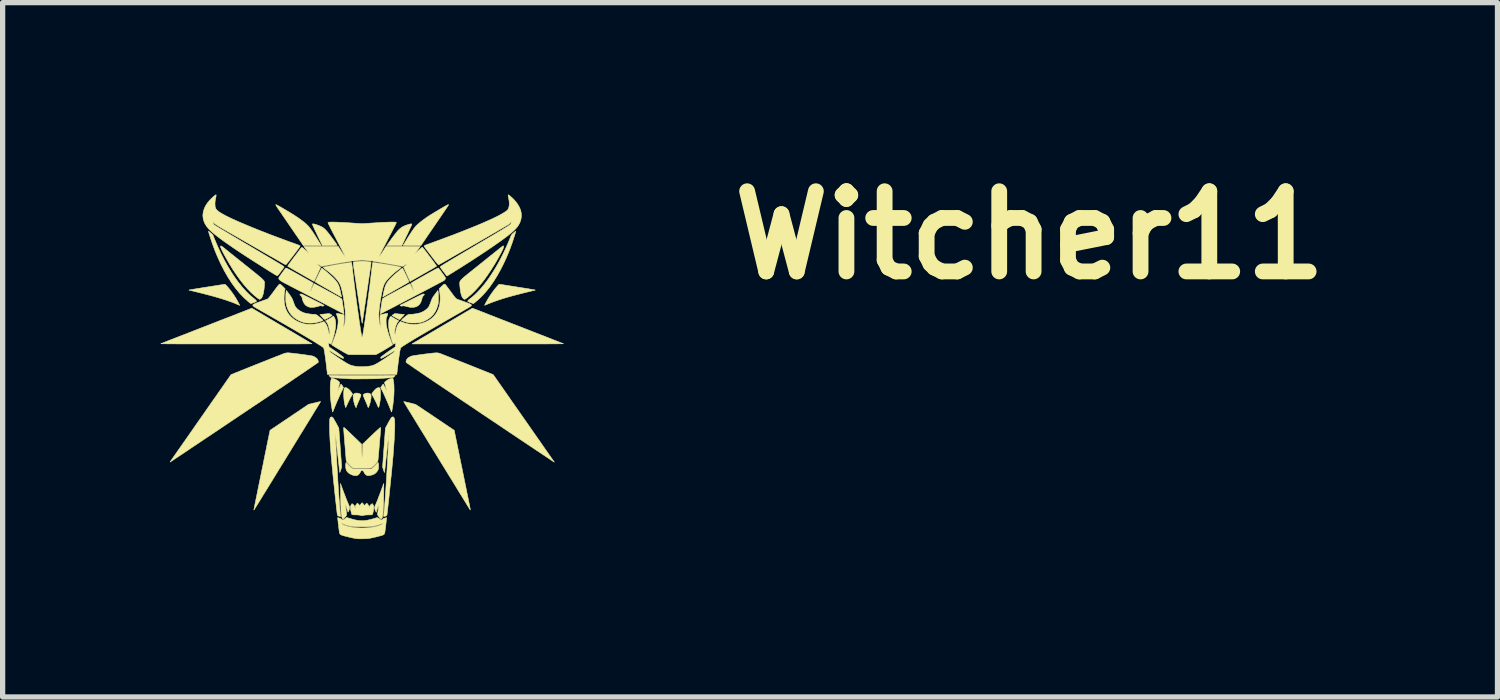
<source format=kicad_pcb>
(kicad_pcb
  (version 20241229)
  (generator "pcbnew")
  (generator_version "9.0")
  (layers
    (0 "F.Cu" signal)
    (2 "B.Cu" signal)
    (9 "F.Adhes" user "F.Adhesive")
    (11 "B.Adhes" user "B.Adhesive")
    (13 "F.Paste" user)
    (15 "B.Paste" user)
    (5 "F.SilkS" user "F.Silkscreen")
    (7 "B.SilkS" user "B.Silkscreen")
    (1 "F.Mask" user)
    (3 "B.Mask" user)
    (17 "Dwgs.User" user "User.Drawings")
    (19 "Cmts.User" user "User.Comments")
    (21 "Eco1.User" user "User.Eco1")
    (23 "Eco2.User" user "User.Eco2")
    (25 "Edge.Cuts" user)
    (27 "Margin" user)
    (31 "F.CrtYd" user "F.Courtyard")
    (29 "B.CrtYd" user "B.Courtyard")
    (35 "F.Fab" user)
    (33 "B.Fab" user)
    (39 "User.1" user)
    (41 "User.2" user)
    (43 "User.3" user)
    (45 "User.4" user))
  (footprint "Witcher11"
    (layer "F.Cu")
    (at 3.815 3.958)
    (property "Reference" "Witcher11" (at 12.7 -2.54 0) (layer "F.SilkS") (effects (font (size 1.524 1.524) (thickness 0.3))))
    (attr through_hole)
    (fp_poly (pts (xy -0.581 -1.035) (xy -0.567 -1.026) (xy -0.557 -1.019) (xy -0.554 -1.016) (xy -0.558 -1.012) (xy -0.569 -1.004) (xy -0.585 -0.994) (xy -0.604 -0.983) (xy -0.623 -0.972) (xy -0.642 -0.962) (xy -0.649 -0.958) (xy -0.669 -0.948) (xy -0.683 -0.942) (xy -0.694 -0.94) (xy -0.704 -0.943) (xy -0.715 -0.951) (xy -0.728 -0.966) (xy -0.744 -0.984) (xy -0.788 -1.034) (xy -0.771 -1.035) (xy -0.76 -1.036) (xy -0.741 -1.038) (xy -0.717 -1.04) (xy -0.69 -1.043) (xy -0.681 -1.044) (xy -0.607 -1.051) (xy -0.581 -1.035)) (stroke (width 0.01) (type solid)) (fill yes) (layer "F.SilkS"))
    (fp_poly (pts (xy 0.683 -1.046) (xy 0.712 -1.043) (xy 0.743 -1.04) (xy 0.771 -1.038) (xy 0.774 -1.038) (xy 0.818 -1.034) (xy 0.775 -0.984) (xy 0.758 -0.966) (xy 0.744 -0.95) (xy 0.733 -0.94) (xy 0.728 -0.935) (xy 0.727 -0.935) (xy 0.721 -0.937) (xy 0.709 -0.943) (xy 0.693 -0.951) (xy 0.671 -0.963) (xy 0.648 -0.975) (xy 0.626 -0.988) (xy 0.607 -0.999) (xy 0.593 -1.008) (xy 0.585 -1.014) (xy 0.584 -1.015) (xy 0.588 -1.02) (xy 0.599 -1.027) (xy 0.611 -1.035) (xy 0.638 -1.051) (xy 0.683 -1.046)) (stroke (width 0.01) (type solid)) (fill yes) (layer "F.SilkS"))
    (fp_poly (pts (xy -0.075 0.461) (xy -0.048 0.467) (xy -0.031 0.474) (xy -0.016 0.482) (xy -0.008 0.488) (xy -0.006 0.495) (xy -0.007 0.505) (xy -0.008 0.507) (xy -0.011 0.518) (xy -0.018 0.536) (xy -0.027 0.559) (xy -0.038 0.586) (xy -0.044 0.599) (xy -0.057 0.628) (xy -0.069 0.656) (xy -0.079 0.681) (xy -0.087 0.7) (xy -0.089 0.706) (xy -0.1 0.739) (xy -0.114 0.711) (xy -0.126 0.681) (xy -0.136 0.647) (xy -0.145 0.612) (xy -0.151 0.577) (xy -0.155 0.545) (xy -0.156 0.517) (xy -0.153 0.497) (xy -0.153 0.496) (xy -0.142 0.478) (xy -0.124 0.466) (xy -0.102 0.46) (xy -0.075 0.461)) (stroke (width 0.01) (type solid)) (fill yes) (layer "F.SilkS"))
    (fp_poly (pts (xy 0.954 -2.754) (xy 0.958 -2.748) (xy 0.958 -2.739) (xy 0.955 -2.731) (xy 0.948 -2.716) (xy 0.938 -2.694) (xy 0.924 -2.665) (xy 0.909 -2.631) (xy 0.891 -2.594) (xy 0.872 -2.553) (xy 0.862 -2.534) (xy 0.77 -2.342) (xy 0.482 -2.342) (xy 0.511 -2.384) (xy 0.533 -2.414) (xy 0.557 -2.447) (xy 0.582 -2.482) (xy 0.608 -2.516) (xy 0.634 -2.55) (xy 0.657 -2.58) (xy 0.677 -2.605) (xy 0.694 -2.625) (xy 0.7 -2.632) (xy 0.731 -2.662) (xy 0.765 -2.688) (xy 0.802 -2.709) (xy 0.847 -2.728) (xy 0.899 -2.745) (xy 0.9 -2.745) (xy 0.926 -2.752) (xy 0.944 -2.755) (xy 0.954 -2.754)) (stroke (width 0.01) (type solid)) (fill yes) (layer "F.SilkS"))
    (fp_poly (pts (xy 0.144 0.463) (xy 0.164 0.47) (xy 0.177 0.483) (xy 0.184 0.504) (xy 0.186 0.531) (xy 0.183 0.565) (xy 0.178 0.597) (xy 0.17 0.631) (xy 0.161 0.665) (xy 0.152 0.694) (xy 0.142 0.717) (xy 0.136 0.729) (xy 0.131 0.736) (xy 0.131 0.737) (xy 0.129 0.732) (xy 0.124 0.721) (xy 0.118 0.704) (xy 0.118 0.703) (xy 0.111 0.686) (xy 0.102 0.662) (xy 0.09 0.635) (xy 0.077 0.606) (xy 0.073 0.596) (xy 0.061 0.57) (xy 0.051 0.545) (xy 0.043 0.525) (xy 0.038 0.51) (xy 0.037 0.506) (xy 0.036 0.496) (xy 0.038 0.489) (xy 0.045 0.483) (xy 0.059 0.476) (xy 0.062 0.474) (xy 0.086 0.464) (xy 0.11 0.46) (xy 0.117 0.46) (xy 0.144 0.463)) (stroke (width 0.01) (type solid)) (fill yes) (layer "F.SilkS"))
    (fp_poly (pts (xy 1.181 -1.423) (xy 1.184 -1.421) (xy 1.187 -1.42) (xy 1.2 -1.411) (xy 1.18 -1.39) (xy 1.163 -1.37) (xy 1.156 -1.35) (xy 1.156 -1.349) (xy 1.143 -1.298) (xy 1.126 -1.256) (xy 1.102 -1.222) (xy 1.072 -1.196) (xy 1.037 -1.179) (xy 0.995 -1.169) (xy 0.947 -1.168) (xy 0.935 -1.169) (xy 0.911 -1.173) (xy 0.883 -1.179) (xy 0.857 -1.185) (xy 0.854 -1.186) (xy 0.824 -1.194) (xy 0.799 -1.197) (xy 0.778 -1.195) (xy 0.766 -1.191) (xy 0.758 -1.192) (xy 0.747 -1.198) (xy 0.735 -1.208) (xy 0.955 -1.318) (xy 1.005 -1.343) (xy 1.047 -1.364) (xy 1.082 -1.381) (xy 1.109 -1.395) (xy 1.131 -1.405) (xy 1.148 -1.413) (xy 1.161 -1.418) (xy 1.17 -1.421) (xy 1.176 -1.423) (xy 1.181 -1.423)) (stroke (width 0.01) (type solid)) (fill yes) (layer "F.SilkS"))
    (fp_poly (pts (xy -0.284 0.359) (xy -0.263 0.37) (xy -0.24 0.387) (xy -0.217 0.409) (xy -0.196 0.435) (xy -0.176 0.464) (xy -0.176 0.465) (xy -0.166 0.481) (xy -0.198 0.534) (xy -0.212 0.559) (xy -0.228 0.59) (xy -0.244 0.623) (xy -0.259 0.655) (xy -0.261 0.66) (xy -0.273 0.685) (xy -0.283 0.707) (xy -0.29 0.723) (xy -0.295 0.733) (xy -0.296 0.735) (xy -0.299 0.732) (xy -0.303 0.723) (xy -0.304 0.718) (xy -0.309 0.699) (xy -0.314 0.68) (xy -0.314 0.678) (xy -0.321 0.647) (xy -0.327 0.609) (xy -0.331 0.568) (xy -0.334 0.527) (xy -0.335 0.49) (xy -0.335 0.49) (xy -0.335 0.457) (xy -0.333 0.426) (xy -0.33 0.399) (xy -0.326 0.378) (xy -0.321 0.364) (xy -0.318 0.359) (xy -0.303 0.355) (xy -0.284 0.359)) (stroke (width 0.01) (type solid)) (fill yes) (layer "F.SilkS"))
    (fp_poly (pts (xy 0.349 0.362) (xy 0.355 0.375) (xy 0.36 0.397) (xy 0.363 0.425) (xy 0.365 0.459) (xy 0.365 0.497) (xy 0.363 0.537) (xy 0.36 0.577) (xy 0.355 0.617) (xy 0.349 0.654) (xy 0.348 0.66) (xy 0.341 0.691) (xy 0.336 0.713) (xy 0.332 0.726) (xy 0.328 0.732) (xy 0.324 0.73) (xy 0.319 0.723) (xy 0.313 0.709) (xy 0.313 0.709) (xy 0.306 0.694) (xy 0.301 0.682) (xy 0.3 0.678) (xy 0.297 0.672) (xy 0.291 0.659) (xy 0.282 0.64) (xy 0.271 0.618) (xy 0.259 0.594) (xy 0.247 0.57) (xy 0.235 0.547) (xy 0.225 0.528) (xy 0.217 0.515) (xy 0.216 0.513) (xy 0.197 0.481) (xy 0.205 0.465) (xy 0.218 0.444) (xy 0.236 0.422) (xy 0.255 0.4) (xy 0.274 0.382) (xy 0.285 0.374) (xy 0.304 0.363) (xy 0.323 0.357) (xy 0.339 0.357) (xy 0.349 0.362)) (stroke (width 0.01) (type solid)) (fill yes) (layer "F.SilkS"))
    (fp_poly (pts (xy -1.619 -3.12) (xy -1.607 -3.114) (xy -1.587 -3.104) (xy -1.562 -3.09) (xy -1.533 -3.074) (xy -1.5 -3.055) (xy -1.465 -3.034) (xy -1.429 -3.013) (xy -1.392 -2.991) (xy -1.357 -2.97) (xy -1.323 -2.949) (xy -1.299 -2.935) (xy -1.244 -2.899) (xy -1.191 -2.863) (xy -1.141 -2.827) (xy -1.095 -2.792) (xy -1.056 -2.76) (xy -1.024 -2.73) (xy -1.023 -2.729) (xy -1.007 -2.713) (xy -0.991 -2.694) (xy -0.974 -2.672) (xy -0.955 -2.646) (xy -0.933 -2.615) (xy -0.909 -2.579) (xy -0.882 -2.537) (xy -0.851 -2.488) (xy -0.816 -2.431) (xy -0.776 -2.367) (xy -0.773 -2.361) (xy -0.761 -2.342) (xy -1.101 -2.342) (xy -1.212 -2.505) (xy -1.251 -2.561) (xy -1.291 -2.62) (xy -1.333 -2.681) (xy -1.374 -2.741) (xy -1.414 -2.8) (xy -1.453 -2.856) (xy -1.489 -2.909) (xy -1.521 -2.956) (xy -1.55 -2.998) (xy -1.569 -3.026) (xy -1.591 -3.058) (xy -1.606 -3.081) (xy -1.617 -3.099) (xy -1.623 -3.111) (xy -1.625 -3.118) (xy -1.624 -3.122) (xy -1.619 -3.12)) (stroke (width 0.01) (type solid)) (fill yes) (layer "F.SilkS"))
    (fp_poly (pts (xy -1.145 -1.423) (xy -1.138 -1.421) (xy -1.128 -1.417) (xy -1.114 -1.411) (xy -1.095 -1.403) (xy -1.071 -1.391) (xy -1.04 -1.376) (xy -1.002 -1.357) (xy -0.956 -1.334) (xy -0.952 -1.332) (xy -0.91 -1.311) (xy -0.869 -1.29) (xy -0.832 -1.272) (xy -0.799 -1.255) (xy -0.771 -1.241) (xy -0.75 -1.23) (xy -0.736 -1.222) (xy -0.733 -1.22) (xy -0.706 -1.205) (xy -0.718 -1.197) (xy -0.727 -1.193) (xy -0.737 -1.192) (xy -0.753 -1.195) (xy -0.754 -1.196) (xy -0.767 -1.198) (xy -0.778 -1.199) (xy -0.79 -1.197) (xy -0.808 -1.192) (xy -0.821 -1.187) (xy -0.861 -1.177) (xy -0.903 -1.17) (xy -0.943 -1.168) (xy -0.969 -1.169) (xy -1.002 -1.177) (xy -1.034 -1.192) (xy -1.062 -1.212) (xy -1.069 -1.22) (xy -1.089 -1.247) (xy -1.106 -1.281) (xy -1.119 -1.318) (xy -1.123 -1.336) (xy -1.127 -1.356) (xy -1.133 -1.371) (xy -1.144 -1.384) (xy -1.149 -1.39) (xy -1.17 -1.411) (xy -1.157 -1.42) (xy -1.153 -1.422) (xy -1.15 -1.423) (xy -1.145 -1.423)) (stroke (width 0.01) (type solid)) (fill yes) (layer "F.SilkS"))
    (fp_poly (pts (xy -0.897 -2.752) (xy -0.875 -2.747) (xy -0.85 -2.739) (xy -0.825 -2.73) (xy -0.801 -2.721) (xy -0.79 -2.716) (xy -0.761 -2.703) (xy -0.737 -2.69) (xy -0.716 -2.675) (xy -0.696 -2.658) (xy -0.675 -2.637) (xy -0.652 -2.611) (xy -0.624 -2.577) (xy -0.624 -2.577) (xy -0.608 -2.556) (xy -0.589 -2.531) (xy -0.568 -2.504) (xy -0.547 -2.475) (xy -0.526 -2.447) (xy -0.506 -2.419) (xy -0.489 -2.395) (xy -0.475 -2.374) (xy -0.464 -2.358) (xy -0.459 -2.35) (xy -0.459 -2.349) (xy -0.459 -2.347) (xy -0.463 -2.345) (xy -0.472 -2.344) (xy -0.485 -2.343) (xy -0.506 -2.342) (xy -0.533 -2.342) (xy -0.57 -2.342) (xy -0.598 -2.342) (xy -0.74 -2.342) (xy -0.782 -2.43) (xy -0.812 -2.491) (xy -0.838 -2.545) (xy -0.859 -2.59) (xy -0.878 -2.628) (xy -0.892 -2.66) (xy -0.904 -2.686) (xy -0.913 -2.706) (xy -0.92 -2.722) (xy -0.924 -2.734) (xy -0.927 -2.742) (xy -0.928 -2.748) (xy -0.927 -2.751) (xy -0.926 -2.753) (xy -0.923 -2.755) (xy -0.922 -2.755) (xy -0.913 -2.755) (xy -0.897 -2.752)) (stroke (width 0.01) (type solid)) (fill yes) (layer "F.SilkS"))
    (fp_poly (pts (xy -0.743 -1.909) (xy -0.728 -1.898) (xy -0.709 -1.883) (xy -0.685 -1.864) (xy -0.66 -1.843) (xy -0.634 -1.82) (xy -0.608 -1.797) (xy -0.583 -1.775) (xy -0.562 -1.755) (xy -0.548 -1.742) (xy -0.513 -1.707) (xy -0.485 -1.675) (xy -0.462 -1.645) (xy -0.444 -1.615) (xy -0.429 -1.583) (xy -0.416 -1.546) (xy -0.405 -1.504) (xy -0.394 -1.454) (xy -0.394 -1.453) (xy -0.389 -1.428) (xy -0.384 -1.405) (xy -0.381 -1.388) (xy -0.378 -1.378) (xy -0.378 -1.378) (xy -0.378 -1.369) (xy -0.38 -1.367) (xy -0.385 -1.369) (xy -0.398 -1.376) (xy -0.418 -1.388) (xy -0.444 -1.403) (xy -0.476 -1.421) (xy -0.513 -1.442) (xy -0.554 -1.465) (xy -0.597 -1.49) (xy -0.62 -1.503) (xy -0.665 -1.529) (xy -0.708 -1.553) (xy -0.748 -1.576) (xy -0.783 -1.596) (xy -0.814 -1.614) (xy -0.838 -1.628) (xy -0.856 -1.639) (xy -0.866 -1.645) (xy -0.868 -1.646) (xy -0.88 -1.654) (xy -0.818 -1.785) (xy -0.802 -1.818) (xy -0.787 -1.848) (xy -0.774 -1.874) (xy -0.763 -1.895) (xy -0.755 -1.908) (xy -0.752 -1.914) (xy -0.751 -1.914) (xy -0.743 -1.909)) (stroke (width 0.01) (type solid)) (fill yes) (layer "F.SilkS"))
    (fp_poly (pts (xy -0.352 2.299) (xy -0.33 2.358) (xy -0.309 2.412) (xy -0.29 2.462) (xy -0.273 2.506) (xy -0.257 2.542) (xy -0.245 2.572) (xy -0.235 2.592) (xy -0.235 2.593) (xy -0.225 2.62) (xy -0.222 2.645) (xy -0.228 2.672) (xy -0.236 2.691) (xy -0.243 2.707) (xy -0.249 2.717) (xy -0.253 2.721) (xy -0.253 2.721) (xy -0.255 2.715) (xy -0.26 2.702) (xy -0.266 2.682) (xy -0.274 2.658) (xy -0.278 2.646) (xy -0.3 2.573) (xy -0.298 2.609) (xy -0.296 2.628) (xy -0.293 2.654) (xy -0.289 2.683) (xy -0.286 2.706) (xy -0.282 2.733) (xy -0.28 2.751) (xy -0.28 2.763) (xy -0.281 2.772) (xy -0.283 2.78) (xy -0.287 2.788) (xy -0.295 2.8) (xy -0.307 2.815) (xy -0.32 2.83) (xy -0.331 2.842) (xy -0.34 2.849) (xy -0.343 2.85) (xy -0.351 2.847) (xy -0.357 2.845) (xy -0.364 2.835) (xy -0.37 2.817) (xy -0.376 2.789) (xy -0.381 2.751) (xy -0.385 2.703) (xy -0.388 2.646) (xy -0.391 2.579) (xy -0.393 2.501) (xy -0.394 2.414) (xy -0.394 2.408) (xy -0.396 2.177) (xy -0.352 2.299)) (stroke (width 0.01) (type solid)) (fill yes) (layer "F.SilkS"))
    (fp_poly (pts (xy 0.426 2.184) (xy 0.426 2.197) (xy 0.426 2.219) (xy 0.426 2.248) (xy 0.426 2.283) (xy 0.426 2.323) (xy 0.426 2.367) (xy 0.425 2.403) (xy 0.424 2.491) (xy 0.422 2.57) (xy 0.419 2.639) (xy 0.415 2.698) (xy 0.411 2.748) (xy 0.406 2.787) (xy 0.4 2.816) (xy 0.394 2.835) (xy 0.388 2.844) (xy 0.379 2.849) (xy 0.372 2.849) (xy 0.363 2.842) (xy 0.359 2.839) (xy 0.349 2.829) (xy 0.336 2.814) (xy 0.326 2.8) (xy 0.306 2.771) (xy 0.315 2.713) (xy 0.319 2.684) (xy 0.323 2.654) (xy 0.326 2.627) (xy 0.327 2.614) (xy 0.33 2.573) (xy 0.32 2.606) (xy 0.313 2.627) (xy 0.305 2.653) (xy 0.297 2.679) (xy 0.296 2.682) (xy 0.283 2.725) (xy 0.267 2.692) (xy 0.257 2.668) (xy 0.253 2.647) (xy 0.254 2.627) (xy 0.26 2.604) (xy 0.273 2.576) (xy 0.273 2.576) (xy 0.284 2.55) (xy 0.299 2.515) (xy 0.316 2.473) (xy 0.334 2.425) (xy 0.354 2.372) (xy 0.376 2.314) (xy 0.391 2.271) (xy 0.401 2.243) (xy 0.411 2.218) (xy 0.418 2.198) (xy 0.423 2.185) (xy 0.425 2.179) (xy 0.426 2.184)) (stroke (width 0.01) (type solid)) (fill yes) (layer "F.SilkS"))
    (fp_poly (pts (xy -2.898 -2.613) (xy -2.887 -2.605) (xy -2.873 -2.592) (xy -2.861 -2.582) (xy -2.822 -2.548) (xy -2.784 -2.454) (xy -2.727 -2.32) (xy -2.666 -2.19) (xy -2.603 -2.066) (xy -2.537 -1.948) (xy -2.47 -1.837) (xy -2.4 -1.732) (xy -2.329 -1.635) (xy -2.257 -1.547) (xy -2.184 -1.466) (xy -2.111 -1.395) (xy -2.04 -1.336) (xy -2.017 -1.317) (xy -2.002 -1.303) (xy -1.994 -1.292) (xy -1.993 -1.284) (xy -1.998 -1.277) (xy -2.002 -1.275) (xy -2.01 -1.271) (xy -2.024 -1.266) (xy -2.042 -1.26) (xy -2.061 -1.253) (xy -2.079 -1.246) (xy -2.093 -1.242) (xy -2.1 -1.24) (xy -2.101 -1.24) (xy -2.105 -1.243) (xy -2.115 -1.251) (xy -2.13 -1.263) (xy -2.149 -1.278) (xy -2.152 -1.281) (xy -2.234 -1.355) (xy -2.313 -1.438) (xy -2.39 -1.531) (xy -2.465 -1.634) (xy -2.536 -1.745) (xy -2.605 -1.866) (xy -2.672 -1.996) (xy -2.735 -2.135) (xy -2.779 -2.24) (xy -2.791 -2.274) (xy -2.805 -2.31) (xy -2.819 -2.349) (xy -2.834 -2.39) (xy -2.847 -2.43) (xy -2.86 -2.469) (xy -2.872 -2.505) (xy -2.883 -2.539) (xy -2.892 -2.567) (xy -2.898 -2.591) (xy -2.902 -2.607) (xy -2.903 -2.615) (xy -2.902 -2.616) (xy -2.898 -2.613)) (stroke (width 0.01) (type solid)) (fill yes) (layer "F.SilkS"))
    (fp_poly (pts (xy 0.785 -1.91) (xy 0.792 -1.898) (xy 0.801 -1.88) (xy 0.813 -1.857) (xy 0.826 -1.83) (xy 0.84 -1.8) (xy 0.855 -1.77) (xy 0.868 -1.741) (xy 0.881 -1.713) (xy 0.892 -1.689) (xy 0.9 -1.67) (xy 0.905 -1.656) (xy 0.906 -1.651) (xy 0.906 -1.651) (xy 0.901 -1.647) (xy 0.888 -1.64) (xy 0.868 -1.628) (xy 0.843 -1.613) (xy 0.812 -1.596) (xy 0.778 -1.576) (xy 0.74 -1.554) (xy 0.701 -1.532) (xy 0.66 -1.509) (xy 0.62 -1.486) (xy 0.58 -1.463) (xy 0.542 -1.441) (xy 0.507 -1.422) (xy 0.476 -1.404) (xy 0.45 -1.389) (xy 0.429 -1.378) (xy 0.415 -1.37) (xy 0.409 -1.367) (xy 0.409 -1.367) (xy 0.408 -1.371) (xy 0.409 -1.378) (xy 0.41 -1.387) (xy 0.414 -1.404) (xy 0.418 -1.426) (xy 0.424 -1.451) (xy 0.424 -1.455) (xy 0.436 -1.506) (xy 0.447 -1.549) (xy 0.46 -1.586) (xy 0.476 -1.619) (xy 0.496 -1.65) (xy 0.52 -1.681) (xy 0.55 -1.714) (xy 0.578 -1.742) (xy 0.597 -1.76) (xy 0.619 -1.781) (xy 0.644 -1.803) (xy 0.671 -1.826) (xy 0.697 -1.848) (xy 0.722 -1.869) (xy 0.744 -1.887) (xy 0.763 -1.901) (xy 0.776 -1.911) (xy 0.781 -1.914) (xy 0.785 -1.91)) (stroke (width 0.01) (type solid)) (fill yes) (layer "F.SilkS"))
    (fp_poly (pts (xy 1.655 -3.122) (xy 1.655 -3.116) (xy 1.651 -3.105) (xy 1.651 -3.104) (xy 1.647 -3.098) (xy 1.638 -3.084) (xy 1.623 -3.063) (xy 1.605 -3.035) (xy 1.582 -3.002) (xy 1.556 -2.963) (xy 1.526 -2.919) (xy 1.494 -2.872) (xy 1.459 -2.821) (xy 1.423 -2.768) (xy 1.387 -2.716) (xy 1.131 -2.342) (xy 0.961 -2.342) (xy 0.921 -2.342) (xy 0.885 -2.342) (xy 0.853 -2.343) (xy 0.826 -2.343) (xy 0.807 -2.344) (xy 0.796 -2.345) (xy 0.794 -2.346) (xy 0.797 -2.351) (xy 0.805 -2.364) (xy 0.816 -2.382) (xy 0.831 -2.406) (xy 0.847 -2.433) (xy 0.854 -2.443) (xy 0.889 -2.502) (xy 0.921 -2.552) (xy 0.949 -2.595) (xy 0.973 -2.631) (xy 0.995 -2.662) (xy 1.015 -2.687) (xy 1.033 -2.709) (xy 1.05 -2.726) (xy 1.074 -2.748) (xy 1.104 -2.774) (xy 1.139 -2.803) (xy 1.178 -2.832) (xy 1.217 -2.861) (xy 1.255 -2.887) (xy 1.265 -2.894) (xy 1.288 -2.909) (xy 1.316 -2.927) (xy 1.348 -2.946) (xy 1.382 -2.967) (xy 1.419 -2.989) (xy 1.456 -3.011) (xy 1.493 -3.033) (xy 1.528 -3.054) (xy 1.561 -3.073) (xy 1.591 -3.09) (xy 1.616 -3.103) (xy 1.636 -3.114) (xy 1.649 -3.12) (xy 1.655 -3.122) (xy 1.655 -3.122)) (stroke (width 0.01) (type solid)) (fill yes) (layer "F.SilkS"))
    (fp_poly (pts (xy -2.591 -1.607) (xy -2.583 -1.602) (xy -2.573 -1.593) (xy -2.558 -1.577) (xy -2.543 -1.56) (xy -2.501 -1.51) (xy -2.46 -1.456) (xy -2.422 -1.403) (xy -2.395 -1.36) (xy -2.382 -1.34) (xy -2.369 -1.316) (xy -2.355 -1.292) (xy -2.342 -1.268) (xy -2.33 -1.245) (xy -2.32 -1.227) (xy -2.314 -1.214) (xy -2.312 -1.207) (xy -2.312 -1.207) (xy -2.317 -1.208) (xy -2.329 -1.213) (xy -2.345 -1.22) (xy -2.347 -1.221) (xy -2.408 -1.247) (xy -2.479 -1.274) (xy -2.559 -1.302) (xy -2.648 -1.331) (xy -2.746 -1.36) (xy -2.853 -1.39) (xy -2.968 -1.42) (xy -3.066 -1.445) (xy -3.107 -1.455) (xy -3.146 -1.465) (xy -3.181 -1.473) (xy -3.211 -1.481) (xy -3.235 -1.486) (xy -3.252 -1.49) (xy -3.259 -1.491) (xy -3.271 -1.494) (xy -3.274 -1.496) (xy -3.269 -1.499) (xy -3.262 -1.501) (xy -3.246 -1.504) (xy -3.222 -1.508) (xy -3.191 -1.513) (xy -3.153 -1.519) (xy -3.109 -1.527) (xy -3.06 -1.534) (xy -3.008 -1.543) (xy -2.952 -1.552) (xy -2.934 -1.554) (xy -2.877 -1.563) (xy -2.823 -1.572) (xy -2.773 -1.579) (xy -2.728 -1.587) (xy -2.688 -1.593) (xy -2.654 -1.598) (xy -2.627 -1.602) (xy -2.608 -1.605) (xy -2.598 -1.607) (xy -2.597 -1.607) (xy -2.591 -1.607)) (stroke (width 0.01) (type solid)) (fill yes) (layer "F.SilkS"))
    (fp_poly (pts (xy 2.627 -1.607) (xy 2.634 -1.606) (xy 2.65 -1.604) (xy 2.675 -1.6) (xy 2.707 -1.595) (xy 2.745 -1.589) (xy 2.789 -1.582) (xy 2.838 -1.574) (xy 2.89 -1.566) (xy 2.946 -1.557) (xy 2.964 -1.554) (xy 3.021 -1.545) (xy 3.074 -1.537) (xy 3.124 -1.529) (xy 3.17 -1.522) (xy 3.21 -1.515) (xy 3.243 -1.509) (xy 3.27 -1.505) (xy 3.289 -1.502) (xy 3.298 -1.5) (xy 3.299 -1.499) (xy 3.304 -1.496) (xy 3.301 -1.494) (xy 3.289 -1.492) (xy 3.277 -1.489) (xy 3.256 -1.484) (xy 3.227 -1.477) (xy 3.194 -1.469) (xy 3.156 -1.46) (xy 3.115 -1.45) (xy 3.072 -1.439) (xy 3.03 -1.429) (xy 2.989 -1.418) (xy 2.951 -1.408) (xy 2.916 -1.399) (xy 2.888 -1.392) (xy 2.877 -1.389) (xy 2.787 -1.364) (xy 2.701 -1.338) (xy 2.619 -1.312) (xy 2.544 -1.286) (xy 2.476 -1.261) (xy 2.417 -1.238) (xy 2.394 -1.228) (xy 2.373 -1.219) (xy 2.356 -1.212) (xy 2.345 -1.208) (xy 2.342 -1.207) (xy 2.344 -1.213) (xy 2.35 -1.225) (xy 2.359 -1.243) (xy 2.368 -1.261) (xy 2.403 -1.323) (xy 2.444 -1.389) (xy 2.49 -1.455) (xy 2.538 -1.519) (xy 2.579 -1.567) (xy 2.596 -1.586) (xy 2.608 -1.599) (xy 2.617 -1.605) (xy 2.625 -1.607) (xy 2.627 -1.607)) (stroke (width 0.01) (type solid)) (fill yes) (layer "F.SilkS"))
    (fp_poly (pts (xy -0.248 1.82) (xy -0.229 1.84) (xy -0.21 1.859) (xy -0.194 1.874) (xy -0.184 1.883) (xy -0.161 1.9) (xy 0.192 1.9) (xy 0.217 1.88) (xy 0.232 1.867) (xy 0.25 1.849) (xy 0.269 1.829) (xy 0.278 1.819) (xy 0.292 1.803) (xy 0.305 1.789) (xy 0.313 1.781) (xy 0.316 1.778) (xy 0.321 1.783) (xy 0.324 1.796) (xy 0.327 1.818) (xy 0.328 1.846) (xy 0.328 1.852) (xy 0.327 1.876) (xy 0.325 1.893) (xy 0.322 1.907) (xy 0.315 1.923) (xy 0.314 1.926) (xy 0.292 1.959) (xy 0.263 1.987) (xy 0.239 2.002) (xy 0.217 2.011) (xy 0.191 2.019) (xy 0.164 2.025) (xy 0.14 2.029) (xy 0.122 2.029) (xy 0.12 2.029) (xy 0.099 2.021) (xy 0.079 2.006) (xy 0.061 1.985) (xy 0.053 1.97) (xy 0.043 1.949) (xy 0.033 1.937) (xy 0.022 1.931) (xy 0.015 1.93) (xy 0.006 1.931) (xy -0.001 1.935) (xy -0.008 1.943) (xy -0.017 1.958) (xy -0.024 1.971) (xy -0.043 1.999) (xy -0.066 2.019) (xy -0.093 2.029) (xy -0.122 2.029) (xy -0.127 2.029) (xy -0.171 2.017) (xy -0.211 1.999) (xy -0.244 1.977) (xy -0.27 1.95) (xy -0.285 1.924) (xy -0.293 1.897) (xy -0.298 1.866) (xy -0.299 1.834) (xy -0.296 1.805) (xy -0.295 1.798) (xy -0.289 1.776) (xy -0.248 1.82)) (stroke (width 0.01) (type solid)) (fill yes) (layer "F.SilkS"))
    (fp_poly (pts (xy 0.604 0.197) (xy 0.611 0.227) (xy 0.616 0.264) (xy 0.62 0.309) (xy 0.621 0.362) (xy 0.622 0.399) (xy 0.619 0.498) (xy 0.61 0.602) (xy 0.597 0.707) (xy 0.582 0.792) (xy 0.579 0.81) (xy 0.576 0.818) (xy 0.574 0.819) (xy 0.571 0.814) (xy 0.57 0.813) (xy 0.567 0.804) (xy 0.56 0.787) (xy 0.551 0.765) (xy 0.541 0.74) (xy 0.534 0.722) (xy 0.518 0.682) (xy 0.499 0.639) (xy 0.479 0.593) (xy 0.459 0.548) (xy 0.44 0.504) (xy 0.421 0.464) (xy 0.405 0.43) (xy 0.392 0.404) (xy 0.392 0.403) (xy 0.367 0.357) (xy 0.389 0.323) (xy 0.4 0.308) (xy 0.409 0.296) (xy 0.415 0.29) (xy 0.416 0.29) (xy 0.419 0.294) (xy 0.426 0.306) (xy 0.434 0.323) (xy 0.444 0.343) (xy 0.454 0.365) (xy 0.464 0.387) (xy 0.471 0.406) (xy 0.472 0.408) (xy 0.477 0.418) (xy 0.48 0.421) (xy 0.48 0.421) (xy 0.48 0.415) (xy 0.477 0.402) (xy 0.473 0.384) (xy 0.467 0.361) (xy 0.461 0.338) (xy 0.455 0.315) (xy 0.449 0.294) (xy 0.444 0.279) (xy 0.442 0.273) (xy 0.44 0.265) (xy 0.442 0.258) (xy 0.449 0.25) (xy 0.462 0.238) (xy 0.463 0.237) (xy 0.489 0.217) (xy 0.519 0.199) (xy 0.549 0.186) (xy 0.574 0.18) (xy 0.598 0.177) (xy 0.604 0.197)) (stroke (width 0.01) (type solid)) (fill yes) (layer "F.SilkS"))
    (fp_poly (pts (xy 2.702 -2.334) (xy 2.705 -2.327) (xy 2.703 -2.315) (xy 2.698 -2.296) (xy 2.687 -2.271) (xy 2.672 -2.239) (xy 2.652 -2.201) (xy 2.627 -2.154) (xy 2.605 -2.113) (xy 2.54 -2) (xy 2.473 -1.893) (xy 2.407 -1.793) (xy 2.34 -1.699) (xy 2.273 -1.613) (xy 2.206 -1.535) (xy 2.141 -1.465) (xy 2.077 -1.405) (xy 2.014 -1.353) (xy 2.01 -1.35) (xy 1.99 -1.336) (xy 1.976 -1.327) (xy 1.967 -1.323) (xy 1.959 -1.322) (xy 1.951 -1.325) (xy 1.947 -1.327) (xy 1.93 -1.343) (xy 1.914 -1.368) (xy 1.9 -1.402) (xy 1.889 -1.444) (xy 1.88 -1.495) (xy 1.874 -1.553) (xy 1.871 -1.585) (xy 1.87 -1.601) (xy 1.869 -1.615) (xy 1.869 -1.627) (xy 1.869 -1.639) (xy 1.871 -1.65) (xy 1.875 -1.66) (xy 1.881 -1.672) (xy 1.89 -1.684) (xy 1.902 -1.698) (xy 1.919 -1.714) (xy 1.939 -1.733) (xy 1.965 -1.755) (xy 1.996 -1.78) (xy 2.032 -1.81) (xy 2.075 -1.844) (xy 2.124 -1.884) (xy 2.181 -1.929) (xy 2.204 -1.948) (xy 2.256 -1.989) (xy 2.307 -2.03) (xy 2.357 -2.07) (xy 2.405 -2.109) (xy 2.45 -2.145) (xy 2.492 -2.178) (xy 2.529 -2.208) (xy 2.56 -2.233) (xy 2.585 -2.253) (xy 2.603 -2.267) (xy 2.603 -2.267) (xy 2.629 -2.288) (xy 2.652 -2.306) (xy 2.671 -2.321) (xy 2.686 -2.331) (xy 2.694 -2.336) (xy 2.696 -2.337) (xy 2.702 -2.334)) (stroke (width 0.01) (type solid)) (fill yes) (layer "F.SilkS"))
    (fp_poly (pts (xy 2.933 -2.612) (xy 2.931 -2.599) (xy 2.925 -2.578) (xy 2.917 -2.552) (xy 2.907 -2.521) (xy 2.896 -2.486) (xy 2.884 -2.448) (xy 2.871 -2.409) (xy 2.857 -2.37) (xy 2.843 -2.332) (xy 2.83 -2.295) (xy 2.817 -2.262) (xy 2.813 -2.25) (xy 2.759 -2.12) (xy 2.701 -1.995) (xy 2.641 -1.877) (xy 2.578 -1.765) (xy 2.513 -1.661) (xy 2.446 -1.564) (xy 2.377 -1.477) (xy 2.307 -1.398) (xy 2.235 -1.328) (xy 2.228 -1.321) (xy 2.204 -1.3) (xy 2.181 -1.281) (xy 2.161 -1.264) (xy 2.144 -1.251) (xy 2.133 -1.242) (xy 2.128 -1.24) (xy 2.122 -1.242) (xy 2.11 -1.246) (xy 2.092 -1.252) (xy 2.08 -1.257) (xy 2.059 -1.264) (xy 2.042 -1.271) (xy 2.031 -1.276) (xy 2.028 -1.277) (xy 2.022 -1.285) (xy 2.025 -1.295) (xy 2.037 -1.309) (xy 2.057 -1.325) (xy 2.128 -1.383) (xy 2.199 -1.45) (xy 2.27 -1.526) (xy 2.341 -1.611) (xy 2.411 -1.704) (xy 2.479 -1.805) (xy 2.547 -1.913) (xy 2.612 -2.027) (xy 2.675 -2.148) (xy 2.736 -2.274) (xy 2.788 -2.391) (xy 2.8 -2.421) (xy 2.813 -2.451) (xy 2.824 -2.479) (xy 2.833 -2.502) (xy 2.834 -2.505) (xy 2.842 -2.525) (xy 2.85 -2.54) (xy 2.858 -2.552) (xy 2.87 -2.564) (xy 2.887 -2.579) (xy 2.891 -2.582) (xy 2.908 -2.596) (xy 2.922 -2.608) (xy 2.931 -2.615) (xy 2.933 -2.616) (xy 2.933 -2.612)) (stroke (width 0.01) (type solid)) (fill yes) (layer "F.SilkS"))
    (fp_poly (pts (xy -2.659 -2.334) (xy -2.646 -2.325) (xy -2.629 -2.313) (xy -2.609 -2.297) (xy -2.6 -2.29) (xy -2.587 -2.279) (xy -2.567 -2.263) (xy -2.541 -2.242) (xy -2.508 -2.215) (xy -2.471 -2.185) (xy -2.429 -2.152) (xy -2.383 -2.115) (xy -2.335 -2.076) (xy -2.284 -2.036) (xy -2.232 -1.994) (xy -2.201 -1.969) (xy -2.139 -1.92) (xy -2.085 -1.876) (xy -2.037 -1.838) (xy -1.996 -1.805) (xy -1.961 -1.776) (xy -1.931 -1.751) (xy -1.906 -1.73) (xy -1.886 -1.712) (xy -1.871 -1.696) (xy -1.859 -1.683) (xy -1.85 -1.671) (xy -1.844 -1.66) (xy -1.84 -1.649) (xy -1.839 -1.639) (xy -1.838 -1.628) (xy -1.839 -1.617) (xy -1.84 -1.604) (xy -1.841 -1.589) (xy -1.841 -1.588) (xy -1.846 -1.531) (xy -1.853 -1.479) (xy -1.862 -1.433) (xy -1.873 -1.395) (xy -1.885 -1.365) (xy -1.891 -1.354) (xy -1.903 -1.34) (xy -1.916 -1.329) (xy -1.929 -1.322) (xy -1.934 -1.321) (xy -1.94 -1.324) (xy -1.952 -1.331) (xy -1.968 -1.342) (xy -1.973 -1.345) (xy -2.036 -1.396) (xy -2.101 -1.456) (xy -2.167 -1.525) (xy -2.234 -1.602) (xy -2.301 -1.688) (xy -2.369 -1.782) (xy -2.437 -1.883) (xy -2.504 -1.991) (xy -2.57 -2.106) (xy -2.597 -2.154) (xy -2.621 -2.198) (xy -2.64 -2.236) (xy -2.656 -2.269) (xy -2.667 -2.295) (xy -2.674 -2.313) (xy -2.675 -2.324) (xy -2.675 -2.324) (xy -2.67 -2.334) (xy -2.665 -2.337) (xy -2.659 -2.334)) (stroke (width 0.01) (type solid)) (fill yes) (layer "F.SilkS"))
    (fp_poly (pts (xy -1.373 -1.422) (xy -1.353 -1.394) (xy -1.337 -1.372) (xy -1.325 -1.354) (xy -1.316 -1.336) (xy -1.307 -1.317) (xy -1.298 -1.294) (xy -1.287 -1.264) (xy -1.285 -1.259) (xy -1.276 -1.234) (xy -1.267 -1.21) (xy -1.258 -1.191) (xy -1.253 -1.182) (xy -1.233 -1.156) (xy -1.206 -1.13) (xy -1.173 -1.106) (xy -1.136 -1.085) (xy -1.098 -1.068) (xy -1.087 -1.064) (xy -1.052 -1.055) (xy -1.011 -1.047) (xy -0.969 -1.041) (xy -0.928 -1.037) (xy -0.903 -1.036) (xy -0.884 -1.036) (xy -0.871 -1.034) (xy -0.859 -1.03) (xy -0.846 -1.023) (xy -0.83 -1.012) (xy -0.81 -0.997) (xy -0.789 -0.98) (xy -0.77 -0.963) (xy -0.753 -0.947) (xy -0.739 -0.934) (xy -0.731 -0.924) (xy -0.73 -0.919) (xy -0.738 -0.915) (xy -0.753 -0.909) (xy -0.775 -0.903) (xy -0.799 -0.895) (xy -0.825 -0.888) (xy -0.85 -0.882) (xy -0.871 -0.877) (xy -0.877 -0.876) (xy -0.906 -0.873) (xy -0.94 -0.87) (xy -0.977 -0.869) (xy -1.013 -0.87) (xy -1.044 -0.872) (xy -1.058 -0.874) (xy -1.118 -0.889) (xy -1.177 -0.912) (xy -1.233 -0.943) (xy -1.284 -0.979) (xy -1.327 -1.022) (xy -1.335 -1.031) (xy -1.37 -1.081) (xy -1.399 -1.137) (xy -1.42 -1.197) (xy -1.433 -1.261) (xy -1.433 -1.262) (xy -1.435 -1.285) (xy -1.436 -1.314) (xy -1.436 -1.347) (xy -1.436 -1.381) (xy -1.435 -1.413) (xy -1.433 -1.442) (xy -1.43 -1.465) (xy -1.429 -1.473) (xy -1.424 -1.491) (xy -1.373 -1.422)) (stroke (width 0.01) (type solid)) (fill yes) (layer "F.SilkS"))
    (fp_poly (pts (xy -0.544 0.18) (xy -0.516 0.188) (xy -0.486 0.201) (xy -0.456 0.218) (xy -0.435 0.234) (xy -0.426 0.242) (xy -0.419 0.249) (xy -0.415 0.256) (xy -0.414 0.264) (xy -0.415 0.276) (xy -0.418 0.293) (xy -0.424 0.316) (xy -0.433 0.347) (xy -0.433 0.35) (xy -0.44 0.374) (xy -0.445 0.394) (xy -0.447 0.408) (xy -0.448 0.414) (xy -0.448 0.414) (xy -0.444 0.407) (xy -0.437 0.394) (xy -0.428 0.375) (xy -0.418 0.352) (xy -0.416 0.349) (xy -0.406 0.327) (xy -0.397 0.308) (xy -0.39 0.295) (xy -0.386 0.29) (xy -0.385 0.29) (xy -0.381 0.293) (xy -0.373 0.304) (xy -0.363 0.317) (xy -0.353 0.332) (xy -0.345 0.345) (xy -0.341 0.354) (xy -0.34 0.356) (xy -0.342 0.361) (xy -0.348 0.374) (xy -0.357 0.393) (xy -0.368 0.417) (xy -0.381 0.442) (xy -0.401 0.486) (xy -0.423 0.534) (xy -0.445 0.584) (xy -0.468 0.635) (xy -0.488 0.684) (xy -0.507 0.729) (xy -0.521 0.765) (xy -0.529 0.786) (xy -0.536 0.803) (xy -0.541 0.815) (xy -0.544 0.819) (xy -0.546 0.817) (xy -0.549 0.806) (xy -0.553 0.79) (xy -0.553 0.786) (xy -0.564 0.721) (xy -0.573 0.664) (xy -0.579 0.612) (xy -0.584 0.565) (xy -0.588 0.52) (xy -0.59 0.475) (xy -0.591 0.429) (xy -0.591 0.396) (xy -0.591 0.343) (xy -0.589 0.299) (xy -0.586 0.261) (xy -0.581 0.229) (xy -0.574 0.201) (xy -0.573 0.196) (xy -0.567 0.177) (xy -0.544 0.18)) (stroke (width 0.01) (type solid)) (fill yes) (layer "F.SilkS"))
    (fp_poly (pts (xy 1.46 -1.468) (xy 1.461 -1.456) (xy 1.463 -1.435) (xy 1.464 -1.409) (xy 1.465 -1.379) (xy 1.465 -1.351) (xy 1.465 -1.316) (xy 1.465 -1.288) (xy 1.463 -1.267) (xy 1.461 -1.248) (xy 1.459 -1.232) (xy 1.454 -1.214) (xy 1.454 -1.213) (xy 1.433 -1.147) (xy 1.405 -1.088) (xy 1.37 -1.036) (xy 1.327 -0.99) (xy 1.276 -0.951) (xy 1.228 -0.922) (xy 1.187 -0.902) (xy 1.148 -0.888) (xy 1.108 -0.879) (xy 1.064 -0.873) (xy 1.019 -0.871) (xy 0.972 -0.871) (xy 0.934 -0.872) (xy 0.904 -0.876) (xy 0.903 -0.876) (xy 0.884 -0.881) (xy 0.861 -0.886) (xy 0.836 -0.893) (xy 0.811 -0.901) (xy 0.789 -0.908) (xy 0.772 -0.914) (xy 0.762 -0.918) (xy 0.76 -0.919) (xy 0.762 -0.924) (xy 0.77 -0.934) (xy 0.783 -0.948) (xy 0.801 -0.964) (xy 0.82 -0.98) (xy 0.841 -0.997) (xy 0.861 -1.012) (xy 0.878 -1.024) (xy 0.891 -1.031) (xy 0.902 -1.035) (xy 0.916 -1.036) (xy 0.934 -1.036) (xy 0.969 -1.038) (xy 1.009 -1.042) (xy 1.05 -1.049) (xy 1.089 -1.057) (xy 1.116 -1.064) (xy 1.156 -1.08) (xy 1.195 -1.101) (xy 1.229 -1.125) (xy 1.259 -1.151) (xy 1.28 -1.178) (xy 1.287 -1.19) (xy 1.294 -1.205) (xy 1.303 -1.227) (xy 1.313 -1.253) (xy 1.323 -1.28) (xy 1.324 -1.282) (xy 1.333 -1.307) (xy 1.341 -1.327) (xy 1.35 -1.344) (xy 1.359 -1.361) (xy 1.372 -1.38) (xy 1.389 -1.403) (xy 1.401 -1.419) (xy 1.455 -1.491) (xy 1.46 -1.468)) (stroke (width 0.01) (type solid)) (fill yes) (layer "F.SilkS"))
    (fp_poly (pts (xy 0.039 -2.046) (xy 0.064 -2.044) (xy 0.092 -2.041) (xy 0.119 -2.038) (xy 0.185 -2.029) (xy 0.184 -2.007) (xy 0.183 -1.997) (xy 0.181 -1.978) (xy 0.177 -1.951) (xy 0.173 -1.919) (xy 0.167 -1.881) (xy 0.161 -1.839) (xy 0.155 -1.794) (xy 0.152 -1.781) (xy 0.141 -1.707) (xy 0.13 -1.632) (xy 0.119 -1.557) (xy 0.108 -1.482) (xy 0.097 -1.409) (xy 0.087 -1.338) (xy 0.077 -1.27) (xy 0.067 -1.205) (xy 0.058 -1.144) (xy 0.05 -1.089) (xy 0.043 -1.038) (xy 0.037 -0.995) (xy 0.031 -0.958) (xy 0.027 -0.929) (xy 0.024 -0.909) (xy 0.023 -0.898) (xy 0.023 -0.898) (xy 0.02 -0.882) (xy 0.018 -0.87) (xy 0.016 -0.867) (xy 0.014 -0.871) (xy 0.012 -0.884) (xy 0.008 -0.905) (xy 0.003 -0.933) (xy -0.002 -0.967) (xy -0.008 -1.006) (xy -0.014 -1.047) (xy -0.015 -1.051) (xy -0.021 -1.096) (xy -0.029 -1.15) (xy -0.038 -1.209) (xy -0.047 -1.272) (xy -0.056 -1.336) (xy -0.066 -1.399) (xy -0.075 -1.459) (xy -0.079 -1.488) (xy -0.087 -1.544) (xy -0.096 -1.602) (xy -0.104 -1.66) (xy -0.113 -1.716) (xy -0.121 -1.769) (xy -0.128 -1.817) (xy -0.134 -1.858) (xy -0.137 -1.881) (xy -0.143 -1.918) (xy -0.147 -1.952) (xy -0.151 -1.981) (xy -0.153 -2.004) (xy -0.154 -2.019) (xy -0.154 -2.027) (xy -0.154 -2.027) (xy -0.147 -2.029) (xy -0.132 -2.032) (xy -0.111 -2.035) (xy -0.087 -2.038) (xy -0.06 -2.041) (xy -0.033 -2.044) (xy -0.008 -2.046) (xy 0.012 -2.047) (xy 0.021 -2.047) (xy 0.039 -2.046)) (stroke (width 0.01) (type solid)) (fill yes) (layer "F.SilkS"))
    (fp_poly (pts (xy -1.786 -0.978) (xy -1.725 -0.942) (xy -1.658 -0.903) (xy -1.588 -0.861) (xy -1.515 -0.819) (xy -1.443 -0.776) (xy -1.372 -0.734) (xy -1.305 -0.695) (xy -1.244 -0.659) (xy -1.217 -0.643) (xy -1.168 -0.614) (xy -1.123 -0.587) (xy -1.08 -0.562) (xy -1.042 -0.539) (xy -1.008 -0.519) (xy -0.98 -0.503) (xy -0.959 -0.49) (xy -0.944 -0.481) (xy -0.938 -0.477) (xy -0.938 -0.477) (xy -0.942 -0.476) (xy -0.956 -0.476) (xy -0.98 -0.476) (xy -1.013 -0.475) (xy -1.054 -0.475) (xy -1.103 -0.475) (xy -1.161 -0.474) (xy -1.225 -0.474) (xy -1.297 -0.474) (xy -1.374 -0.474) (xy -1.459 -0.473) (xy -1.548 -0.473) (xy -1.644 -0.473) (xy -1.744 -0.473) (xy -1.848 -0.473) (xy -1.957 -0.473) (xy -2.07 -0.473) (xy -2.186 -0.473) (xy -2.304 -0.473) (xy -2.375 -0.473) (xy -2.503 -0.473) (xy -2.627 -0.473) (xy -2.747 -0.473) (xy -2.863 -0.473) (xy -2.973 -0.473) (xy -3.079 -0.473) (xy -3.178 -0.473) (xy -3.272 -0.474) (xy -3.359 -0.474) (xy -3.44 -0.474) (xy -3.514 -0.474) (xy -3.58 -0.475) (xy -3.639 -0.475) (xy -3.69 -0.475) (xy -3.732 -0.476) (xy -3.765 -0.476) (xy -3.79 -0.476) (xy -3.805 -0.477) (xy -3.81 -0.477) (xy -3.81 -0.477) (xy -3.804 -0.48) (xy -3.789 -0.486) (xy -3.767 -0.495) (xy -3.738 -0.506) (xy -3.703 -0.52) (xy -3.664 -0.536) (xy -3.62 -0.553) (xy -3.573 -0.571) (xy -3.559 -0.577) (xy -3.483 -0.606) (xy -3.412 -0.634) (xy -3.343 -0.66) (xy -3.277 -0.686) (xy -3.211 -0.712) (xy -3.145 -0.738) (xy -3.077 -0.764) (xy -3.007 -0.792) (xy -2.933 -0.82) (xy -2.855 -0.851) (xy -2.772 -0.883) (xy -2.681 -0.919) (xy -2.583 -0.957) (xy -2.517 -0.982) (xy -2.081 -1.153) (xy -1.786 -0.978)) (stroke (width 0.01) (type solid)) (fill yes) (layer "F.SilkS"))
    (fp_poly (pts (xy 2.396 -1.042) (xy 2.439 -1.025) (xy 2.491 -1.005) (xy 2.55 -0.982) (xy 2.615 -0.956) (xy 2.686 -0.928) (xy 2.762 -0.899) (xy 2.84 -0.868) (xy 2.921 -0.837) (xy 3.004 -0.805) (xy 3.086 -0.772) (xy 3.168 -0.741) (xy 3.248 -0.709) (xy 3.256 -0.706) (xy 3.329 -0.678) (xy 3.4 -0.65) (xy 3.468 -0.624) (xy 3.531 -0.599) (xy 3.591 -0.576) (xy 3.645 -0.554) (xy 3.694 -0.535) (xy 3.737 -0.518) (xy 3.774 -0.504) (xy 3.803 -0.492) (xy 3.824 -0.484) (xy 3.837 -0.479) (xy 3.84 -0.477) (xy 3.836 -0.477) (xy 3.822 -0.476) (xy 3.798 -0.476) (xy 3.766 -0.476) (xy 3.725 -0.475) (xy 3.675 -0.475) (xy 3.618 -0.475) (xy 3.553 -0.474) (xy 3.481 -0.474) (xy 3.402 -0.474) (xy 3.317 -0.474) (xy 3.226 -0.473) (xy 3.13 -0.473) (xy 3.028 -0.473) (xy 2.921 -0.473) (xy 2.81 -0.473) (xy 2.695 -0.473) (xy 2.576 -0.473) (xy 2.454 -0.473) (xy 2.407 -0.473) (xy 2.286 -0.473) (xy 2.169 -0.473) (xy 2.054 -0.473) (xy 1.943 -0.473) (xy 1.836 -0.473) (xy 1.733 -0.473) (xy 1.634 -0.473) (xy 1.541 -0.473) (xy 1.453 -0.473) (xy 1.372 -0.473) (xy 1.296 -0.473) (xy 1.227 -0.473) (xy 1.166 -0.473) (xy 1.111 -0.474) (xy 1.065 -0.474) (xy 1.027 -0.474) (xy 0.998 -0.474) (xy 0.977 -0.474) (xy 0.967 -0.474) (xy 0.965 -0.475) (xy 0.969 -0.478) (xy 0.98 -0.485) (xy 0.995 -0.494) (xy 0.999 -0.496) (xy 1.008 -0.502) (xy 1.025 -0.511) (xy 1.05 -0.526) (xy 1.081 -0.544) (xy 1.119 -0.567) (xy 1.163 -0.593) (xy 1.212 -0.622) (xy 1.266 -0.653) (xy 1.324 -0.688) (xy 1.386 -0.724) (xy 1.45 -0.762) (xy 1.517 -0.802) (xy 1.573 -0.835) (xy 2.111 -1.153) (xy 2.396 -1.042)) (stroke (width 0.01) (type solid)) (fill yes) (layer "F.SilkS"))
    (fp_poly (pts (xy 0.027 2.554) (xy 0.038 2.567) (xy 0.048 2.582) (xy 0.048 2.583) (xy 0.057 2.599) (xy 0.08 2.574) (xy 0.103 2.55) (xy 0.119 2.569) (xy 0.133 2.587) (xy 0.142 2.601) (xy 0.146 2.615) (xy 0.148 2.631) (xy 0.149 2.643) (xy 0.15 2.645) (xy 0.151 2.642) (xy 0.156 2.618) (xy 0.162 2.601) (xy 0.17 2.589) (xy 0.183 2.578) (xy 0.185 2.576) (xy 0.208 2.56) (xy 0.224 2.584) (xy 0.233 2.599) (xy 0.237 2.612) (xy 0.238 2.626) (xy 0.237 2.639) (xy 0.234 2.666) (xy 0.23 2.693) (xy 0.225 2.719) (xy 0.219 2.741) (xy 0.214 2.758) (xy 0.21 2.767) (xy 0.201 2.771) (xy 0.185 2.774) (xy 0.166 2.774) (xy 0.126 2.775) (xy 0.092 2.776) (xy 0.066 2.779) (xy 0.048 2.782) (xy 0.044 2.783) (xy 0.02 2.788) (xy -0.005 2.786) (xy -0.015 2.783) (xy -0.028 2.78) (xy -0.05 2.777) (xy -0.077 2.775) (xy -0.109 2.774) (xy -0.137 2.774) (xy -0.158 2.773) (xy -0.173 2.77) (xy -0.179 2.768) (xy -0.183 2.76) (xy -0.188 2.745) (xy -0.193 2.724) (xy -0.198 2.701) (xy -0.203 2.676) (xy -0.206 2.653) (xy -0.208 2.634) (xy -0.208 2.626) (xy -0.205 2.609) (xy -0.195 2.589) (xy -0.193 2.584) (xy -0.177 2.56) (xy -0.164 2.57) (xy -0.143 2.587) (xy -0.131 2.605) (xy -0.124 2.626) (xy -0.123 2.632) (xy -0.118 2.659) (xy -0.117 2.632) (xy -0.116 2.616) (xy -0.113 2.603) (xy -0.105 2.589) (xy -0.096 2.577) (xy -0.075 2.55) (xy -0.055 2.569) (xy -0.042 2.582) (xy -0.033 2.593) (xy -0.03 2.598) (xy -0.027 2.605) (xy -0.026 2.603) (xy -0.026 2.598) (xy -0.022 2.588) (xy -0.014 2.575) (xy -0.006 2.565) (xy 0.014 2.543) (xy 0.027 2.554)) (stroke (width 0.01) (type solid)) (fill yes) (layer "F.SilkS"))
    (fp_poly (pts (xy 0.637 0.123) (xy 0.643 0.124) (xy 0.643 0.124) (xy 0.641 0.128) (xy 0.634 0.137) (xy 0.628 0.144) (xy 0.62 0.153) (xy 0.613 0.158) (xy 0.604 0.162) (xy 0.59 0.165) (xy 0.569 0.167) (xy 0.564 0.167) (xy 0.542 0.169) (xy 0.513 0.172) (xy 0.48 0.174) (xy 0.445 0.176) (xy 0.424 0.178) (xy 0.394 0.18) (xy 0.366 0.182) (xy 0.342 0.183) (xy 0.325 0.185) (xy 0.318 0.186) (xy 0.309 0.187) (xy 0.292 0.187) (xy 0.267 0.188) (xy 0.236 0.188) (xy 0.199 0.189) (xy 0.158 0.189) (xy 0.115 0.19) (xy 0.07 0.19) (xy 0.024 0.19) (xy -0.021 0.191) (xy -0.063 0.191) (xy -0.102 0.191) (xy -0.137 0.191) (xy -0.166 0.191) (xy -0.188 0.19) (xy -0.202 0.19) (xy -0.203 0.19) (xy -0.216 0.189) (xy -0.237 0.188) (xy -0.265 0.186) (xy -0.298 0.184) (xy -0.333 0.182) (xy -0.358 0.18) (xy -0.396 0.178) (xy -0.434 0.175) (xy -0.469 0.173) (xy -0.5 0.17) (xy -0.524 0.168) (xy -0.533 0.167) (xy -0.556 0.165) (xy -0.571 0.163) (xy -0.581 0.159) (xy -0.589 0.154) (xy -0.597 0.146) (xy -0.598 0.144) (xy -0.607 0.133) (xy -0.613 0.126) (xy -0.613 0.124) (xy -0.608 0.124) (xy -0.594 0.124) (xy -0.571 0.124) (xy -0.54 0.124) (xy -0.503 0.124) (xy -0.46 0.124) (xy -0.412 0.125) (xy -0.361 0.125) (xy -0.305 0.126) (xy -0.298 0.126) (xy -0.229 0.127) (xy -0.153 0.127) (xy -0.071 0.127) (xy 0.013 0.127) (xy 0.097 0.127) (xy 0.179 0.127) (xy 0.256 0.127) (xy 0.326 0.126) (xy 0.329 0.126) (xy 0.384 0.125) (xy 0.437 0.125) (xy 0.485 0.124) (xy 0.529 0.124) (xy 0.566 0.124) (xy 0.598 0.124) (xy 0.622 0.123) (xy 0.637 0.123)) (stroke (width 0.01) (type solid)) (fill yes) (layer "F.SilkS"))
    (fp_poly (pts (xy 0.81 0.622) (xy 0.823 0.624) (xy 0.843 0.629) (xy 0.868 0.634) (xy 0.895 0.641) (xy 0.924 0.648) (xy 0.953 0.655) (xy 0.979 0.662) (xy 1.002 0.668) (xy 1.02 0.672) (xy 1.03 0.675) (xy 1.031 0.676) (xy 1.037 0.679) (xy 1.05 0.688) (xy 1.071 0.702) (xy 1.099 0.72) (xy 1.132 0.742) (xy 1.17 0.768) (xy 1.213 0.797) (xy 1.261 0.828) (xy 1.311 0.862) (xy 1.364 0.898) (xy 1.404 0.925) (xy 1.765 1.168) (xy 1.805 1.365) (xy 1.816 1.417) (xy 1.828 1.478) (xy 1.842 1.545) (xy 1.857 1.618) (xy 1.872 1.694) (xy 1.888 1.773) (xy 1.905 1.852) (xy 1.921 1.93) (xy 1.936 2.006) (xy 1.951 2.078) (xy 1.964 2.145) (xy 1.977 2.204) (xy 1.979 2.215) (xy 1.995 2.295) (xy 2.009 2.365) (xy 2.022 2.427) (xy 2.033 2.48) (xy 2.042 2.526) (xy 2.05 2.564) (xy 2.056 2.596) (xy 2.061 2.622) (xy 2.065 2.642) (xy 2.068 2.658) (xy 2.07 2.668) (xy 2.071 2.676) (xy 2.071 2.679) (xy 2.071 2.68) (xy 2.068 2.677) (xy 2.06 2.667) (xy 2.05 2.652) (xy 2.042 2.638) (xy 2.037 2.629) (xy 2.026 2.613) (xy 2.011 2.588) (xy 1.992 2.556) (xy 1.968 2.517) (xy 1.94 2.472) (xy 1.908 2.42) (xy 1.872 2.362) (xy 1.833 2.299) (xy 1.792 2.231) (xy 1.747 2.158) (xy 1.7 2.082) (xy 1.65 2.001) (xy 1.599 1.917) (xy 1.545 1.83) (xy 1.49 1.741) (xy 1.434 1.649) (xy 1.409 1.608) (xy 1.352 1.517) (xy 1.297 1.427) (xy 1.244 1.34) (xy 1.193 1.257) (xy 1.143 1.176) (xy 1.096 1.1) (xy 1.052 1.028) (xy 1.011 0.96) (xy 0.973 0.898) (xy 0.938 0.84) (xy 0.906 0.789) (xy 0.878 0.744) (xy 0.855 0.705) (xy 0.835 0.673) (xy 0.821 0.648) (xy 0.81 0.631) (xy 0.805 0.623) (xy 0.805 0.621) (xy 0.81 0.622)) (stroke (width 0.01) (type solid)) (fill yes) (layer "F.SilkS"))
    (fp_poly (pts (xy -0.776 0.626) (xy -0.784 0.638) (xy -0.796 0.659) (xy -0.813 0.686) (xy -0.834 0.721) (xy -0.859 0.761) (xy -0.888 0.808) (xy -0.919 0.86) (xy -0.954 0.917) (xy -0.992 0.979) (xy -1.032 1.044) (xy -1.075 1.114) (xy -1.119 1.186) (xy -1.166 1.261) (xy -1.213 1.339) (xy -1.262 1.418) (xy -1.311 1.498) (xy -1.361 1.58) (xy -1.411 1.661) (xy -1.461 1.743) (xy -1.511 1.824) (xy -1.561 1.904) (xy -1.609 1.983) (xy -1.656 2.06) (xy -1.702 2.135) (xy -1.746 2.206) (xy -1.788 2.275) (xy -1.828 2.34) (xy -1.866 2.4) (xy -1.9 2.456) (xy -1.931 2.507) (xy -1.959 2.552) (xy -1.984 2.591) (xy -2.004 2.624) (xy -2.02 2.65) (xy -2.032 2.669) (xy -2.038 2.679) (xy -2.04 2.682) (xy -2.042 2.68) (xy -2.042 2.679) (xy -2.041 2.673) (xy -2.038 2.658) (xy -2.034 2.635) (xy -2.028 2.606) (xy -2.021 2.571) (xy -2.013 2.531) (xy -2.004 2.488) (xy -2.001 2.473) (xy -1.992 2.428) (xy -1.983 2.386) (xy -1.975 2.347) (xy -1.968 2.313) (xy -1.963 2.284) (xy -1.958 2.263) (xy -1.956 2.25) (xy -1.955 2.248) (xy -1.953 2.236) (xy -1.949 2.215) (xy -1.943 2.188) (xy -1.937 2.157) (xy -1.93 2.124) (xy -1.928 2.114) (xy -1.923 2.09) (xy -1.917 2.058) (xy -1.908 2.018) (xy -1.899 1.972) (xy -1.888 1.919) (xy -1.877 1.863) (xy -1.864 1.803) (xy -1.852 1.74) (xy -1.839 1.677) (xy -1.829 1.628) (xy -1.816 1.567) (xy -1.804 1.507) (xy -1.793 1.451) (xy -1.782 1.398) (xy -1.772 1.349) (xy -1.763 1.307) (xy -1.756 1.271) (xy -1.75 1.242) (xy -1.746 1.221) (xy -1.743 1.21) (xy -1.734 1.167) (xy -1.594 1.073) (xy -1.56 1.05) (xy -1.52 1.023) (xy -1.474 0.992) (xy -1.425 0.959) (xy -1.374 0.925) (xy -1.322 0.89) (xy -1.271 0.855) (xy -1.227 0.826) (xy -1.002 0.674) (xy -0.889 0.647) (xy -0.856 0.639) (xy -0.828 0.632) (xy -0.804 0.627) (xy -0.786 0.623) (xy -0.776 0.621) (xy -0.774 0.621) (xy -0.776 0.626)) (stroke (width 0.01) (type solid)) (fill yes) (layer "F.SilkS"))
    (fp_poly (pts (xy 1.448 -0.303) (xy 1.47 -0.3) (xy 1.48 -0.298) (xy 1.488 -0.295) (xy 1.505 -0.288) (xy 1.53 -0.279) (xy 1.562 -0.266) (xy 1.601 -0.251) (xy 1.646 -0.233) (xy 1.697 -0.213) (xy 1.753 -0.191) (xy 1.813 -0.167) (xy 1.876 -0.142) (xy 1.943 -0.116) (xy 2.005 -0.091) (xy 2.505 0.109) (xy 2.793 0.52) (xy 2.858 0.614) (xy 2.918 0.7) (xy 2.975 0.781) (xy 3.028 0.857) (xy 3.079 0.93) (xy 3.128 1) (xy 3.177 1.07) (xy 3.226 1.14) (xy 3.276 1.212) (xy 3.328 1.287) (xy 3.383 1.365) (xy 3.442 1.45) (xy 3.486 1.514) (xy 3.516 1.556) (xy 3.544 1.596) (xy 3.57 1.634) (xy 3.594 1.667) (xy 3.614 1.697) (xy 3.631 1.72) (xy 3.643 1.738) (xy 3.65 1.748) (xy 3.651 1.749) (xy 3.66 1.762) (xy 3.666 1.77) (xy 3.667 1.773) (xy 3.662 1.77) (xy 3.65 1.762) (xy 3.63 1.749) (xy 3.604 1.732) (xy 3.573 1.711) (xy 3.535 1.686) (xy 3.494 1.658) (xy 3.448 1.628) (xy 3.399 1.595) (xy 3.347 1.56) (xy 3.322 1.544) (xy 3.224 1.478) (xy 3.128 1.414) (xy 3.032 1.35) (xy 2.938 1.287) (xy 2.847 1.226) (xy 2.758 1.166) (xy 2.673 1.109) (xy 2.593 1.055) (xy 2.516 1.004) (xy 2.446 0.957) (xy 2.381 0.913) (xy 2.322 0.874) (xy 2.27 0.839) (xy 2.226 0.809) (xy 2.205 0.795) (xy 2.088 0.716) (xy 1.979 0.643) (xy 1.877 0.575) (xy 1.783 0.511) (xy 1.696 0.452) (xy 1.615 0.398) (xy 1.54 0.347) (xy 1.471 0.301) (xy 1.407 0.258) (xy 1.348 0.218) (xy 1.294 0.181) (xy 1.243 0.147) (xy 1.197 0.115) (xy 1.153 0.086) (xy 1.113 0.058) (xy 1.075 0.032) (xy 1.039 0.008) (xy 1.005 -0.015) (xy 0.973 -0.038) (xy 0.941 -0.06) (xy 0.91 -0.082) (xy 0.879 -0.103) (xy 0.86 -0.116) (xy 0.852 -0.123) (xy 0.849 -0.133) (xy 0.85 -0.146) (xy 0.858 -0.171) (xy 0.874 -0.195) (xy 0.9 -0.216) (xy 0.932 -0.234) (xy 0.957 -0.244) (xy 0.969 -0.246) (xy 0.99 -0.25) (xy 1.018 -0.255) (xy 1.052 -0.26) (xy 1.09 -0.265) (xy 1.132 -0.271) (xy 1.176 -0.277) (xy 1.22 -0.283) (xy 1.264 -0.288) (xy 1.305 -0.293) (xy 1.343 -0.298) (xy 1.376 -0.301) (xy 1.402 -0.303) (xy 1.421 -0.305) (xy 1.426 -0.305) (xy 1.448 -0.303)) (stroke (width 0.01) (type solid)) (fill yes) (layer "F.SilkS"))
    (fp_poly (pts (xy 0.364 1.115) (xy 0.365 1.115) (xy 0.366 1.117) (xy 0.367 1.121) (xy 0.367 1.127) (xy 0.367 1.136) (xy 0.367 1.149) (xy 0.366 1.167) (xy 0.364 1.19) (xy 0.361 1.219) (xy 0.359 1.255) (xy 0.355 1.299) (xy 0.35 1.351) (xy 0.345 1.413) (xy 0.343 1.443) (xy 0.337 1.506) (xy 0.333 1.561) (xy 0.329 1.606) (xy 0.326 1.644) (xy 0.323 1.676) (xy 0.32 1.701) (xy 0.318 1.72) (xy 0.316 1.736) (xy 0.313 1.747) (xy 0.311 1.756) (xy 0.308 1.762) (xy 0.305 1.767) (xy 0.301 1.772) (xy 0.297 1.777) (xy 0.291 1.783) (xy 0.29 1.784) (xy 0.271 1.807) (xy 0.25 1.829) (xy 0.229 1.85) (xy 0.21 1.867) (xy 0.198 1.876) (xy 0.194 1.879) (xy 0.187 1.88) (xy 0.178 1.882) (xy 0.164 1.883) (xy 0.146 1.884) (xy 0.121 1.884) (xy 0.089 1.885) (xy 0.048 1.885) (xy 0.015 1.885) (xy -0.156 1.885) (xy -0.176 1.87) (xy -0.194 1.855) (xy -0.216 1.834) (xy -0.238 1.811) (xy -0.259 1.787) (xy -0.27 1.772) (xy -0.279 1.76) (xy -0.284 1.749) (xy -0.288 1.736) (xy -0.29 1.719) (xy -0.291 1.701) (xy -0.292 1.687) (xy -0.294 1.663) (xy -0.297 1.632) (xy -0.3 1.595) (xy -0.303 1.551) (xy -0.307 1.504) (xy -0.311 1.453) (xy -0.316 1.401) (xy -0.317 1.387) (xy -0.322 1.324) (xy -0.327 1.268) (xy -0.33 1.22) (xy -0.333 1.181) (xy -0.335 1.151) (xy -0.336 1.129) (xy -0.336 1.118) (xy -0.335 1.115) (xy -0.328 1.115) (xy -0.317 1.123) (xy -0.311 1.128) (xy -0.293 1.145) (xy -0.269 1.167) (xy -0.242 1.193) (xy -0.212 1.222) (xy -0.18 1.252) (xy -0.149 1.282) (xy -0.119 1.311) (xy -0.091 1.337) (xy -0.067 1.36) (xy -0.049 1.378) (xy -0.04 1.387) (xy 0.005 1.43) (xy 0.008 1.556) (xy 0.009 1.59) (xy 0.01 1.621) (xy 0.012 1.645) (xy 0.013 1.664) (xy 0.014 1.674) (xy 0.015 1.676) (xy 0.017 1.669) (xy 0.018 1.653) (xy 0.019 1.631) (xy 0.021 1.602) (xy 0.022 1.57) (xy 0.022 1.549) (xy 0.026 1.43) (xy 0.073 1.384) (xy 0.111 1.347) (xy 0.149 1.31) (xy 0.187 1.274) (xy 0.222 1.241) (xy 0.255 1.209) (xy 0.285 1.182) (xy 0.311 1.158) (xy 0.333 1.138) (xy 0.349 1.124) (xy 0.359 1.116) (xy 0.363 1.114) (xy 0.364 1.115)) (stroke (width 0.01) (type solid)) (fill yes) (layer "F.SilkS"))
    (fp_poly (pts (xy 1.465 -1.915) (xy 1.47 -1.91) (xy 1.48 -1.897) (xy 1.494 -1.879) (xy 1.51 -1.858) (xy 1.527 -1.834) (xy 1.545 -1.81) (xy 1.561 -1.787) (xy 1.576 -1.767) (xy 1.587 -1.751) (xy 1.594 -1.74) (xy 1.595 -1.738) (xy 1.599 -1.721) (xy 1.593 -1.702) (xy 1.578 -1.684) (xy 1.574 -1.681) (xy 1.568 -1.677) (xy 1.554 -1.669) (xy 1.532 -1.657) (xy 1.503 -1.642) (xy 1.467 -1.623) (xy 1.426 -1.601) (xy 1.38 -1.577) (xy 1.329 -1.55) (xy 1.275 -1.521) (xy 1.217 -1.491) (xy 1.157 -1.459) (xy 1.095 -1.427) (xy 1.031 -1.394) (xy 0.967 -1.36) (xy 0.903 -1.327) (xy 0.84 -1.293) (xy 0.778 -1.261) (xy 0.718 -1.23) (xy 0.66 -1.2) (xy 0.606 -1.171) (xy 0.555 -1.145) (xy 0.509 -1.121) (xy 0.468 -1.1) (xy 0.433 -1.082) (xy 0.404 -1.067) (xy 0.383 -1.056) (xy 0.368 -1.049) (xy 0.363 -1.046) (xy 0.363 -1.046) (xy 0.361 -1.051) (xy 0.361 -1.059) (xy 0.361 -1.068) (xy 0.363 -1.085) (xy 0.366 -1.108) (xy 0.37 -1.136) (xy 0.374 -1.167) (xy 0.379 -1.199) (xy 0.384 -1.23) (xy 0.388 -1.259) (xy 0.392 -1.284) (xy 0.395 -1.303) (xy 0.396 -1.308) (xy 0.399 -1.323) (xy 0.403 -1.334) (xy 0.405 -1.336) (xy 0.41 -1.339) (xy 0.423 -1.347) (xy 0.443 -1.358) (xy 0.469 -1.373) (xy 0.5 -1.39) (xy 0.535 -1.409) (xy 0.574 -1.43) (xy 0.614 -1.452) (xy 0.656 -1.474) (xy 0.697 -1.497) (xy 0.738 -1.519) (xy 0.778 -1.541) (xy 0.814 -1.56) (xy 0.847 -1.578) (xy 0.876 -1.594) (xy 0.899 -1.606) (xy 0.916 -1.614) (xy 0.925 -1.619) (xy 0.927 -1.62) (xy 0.929 -1.615) (xy 0.935 -1.602) (xy 0.943 -1.583) (xy 0.954 -1.56) (xy 0.96 -1.547) (xy 0.971 -1.522) (xy 0.981 -1.501) (xy 0.989 -1.484) (xy 0.993 -1.475) (xy 0.994 -1.473) (xy 0.997 -1.474) (xy 0.996 -1.482) (xy 0.993 -1.497) (xy 0.987 -1.515) (xy 0.98 -1.536) (xy 0.972 -1.558) (xy 0.968 -1.569) (xy 0.959 -1.591) (xy 0.951 -1.609) (xy 0.947 -1.622) (xy 0.945 -1.628) (xy 0.949 -1.631) (xy 0.962 -1.639) (xy 0.982 -1.651) (xy 1.008 -1.667) (xy 1.04 -1.685) (xy 1.077 -1.706) (xy 1.118 -1.73) (xy 1.163 -1.755) (xy 1.202 -1.777) (xy 1.258 -1.809) (xy 1.307 -1.836) (xy 1.348 -1.858) (xy 1.381 -1.877) (xy 1.408 -1.891) (xy 1.429 -1.902) (xy 1.445 -1.909) (xy 1.456 -1.914) (xy 1.463 -1.916) (xy 1.465 -1.915)) (stroke (width 0.01) (type solid)) (fill yes) (layer "F.SilkS"))
    (fp_poly (pts (xy -1.381 -0.304) (xy -1.358 -0.302) (xy -1.327 -0.299) (xy -1.292 -0.295) (xy -1.252 -0.29) (xy -1.209 -0.285) (xy -1.165 -0.28) (xy -1.121 -0.274) (xy -1.078 -0.268) (xy -1.038 -0.262) (xy -1.002 -0.257) (xy -0.971 -0.252) (xy -0.947 -0.248) (xy -0.931 -0.245) (xy -0.927 -0.244) (xy -0.89 -0.228) (xy -0.859 -0.209) (xy -0.837 -0.187) (xy -0.823 -0.162) (xy -0.819 -0.146) (xy -0.817 -0.124) (xy -0.882 -0.079) (xy -0.903 -0.065) (xy -0.931 -0.046) (xy -0.965 -0.022) (xy -1.005 0.005) (xy -1.05 0.036) (xy -1.098 0.069) (xy -1.15 0.103) (xy -1.203 0.14) (xy -1.257 0.176) (xy -1.311 0.213) (xy -1.363 0.249) (xy -1.414 0.283) (xy -1.463 0.316) (xy -1.507 0.346) (xy -1.524 0.357) (xy -1.575 0.391) (xy -1.631 0.429) (xy -1.692 0.47) (xy -1.757 0.514) (xy -1.826 0.561) (xy -1.899 0.61) (xy -1.975 0.661) (xy -2.054 0.713) (xy -2.134 0.767) (xy -2.217 0.823) (xy -2.301 0.879) (xy -2.386 0.936) (xy -2.471 0.993) (xy -2.557 1.051) (xy -2.642 1.108) (xy -2.726 1.165) (xy -2.809 1.22) (xy -2.891 1.275) (xy -2.971 1.328) (xy -3.048 1.38) (xy -3.122 1.43) (xy -3.193 1.477) (xy -3.26 1.522) (xy -3.323 1.565) (xy -3.382 1.604) (xy -3.435 1.639) (xy -3.483 1.671) (xy -3.525 1.699) (xy -3.561 1.723) (xy -3.59 1.743) (xy -3.612 1.757) (xy -3.626 1.767) (xy -3.632 1.771) (xy -3.633 1.769) (xy -3.629 1.762) (xy -3.621 1.75) (xy -3.614 1.74) (xy -3.602 1.722) (xy -3.586 1.699) (xy -3.566 1.671) (xy -3.544 1.639) (xy -3.52 1.605) (xy -3.504 1.582) (xy -3.49 1.561) (xy -3.47 1.533) (xy -3.445 1.497) (xy -3.415 1.455) (xy -3.382 1.407) (xy -3.344 1.354) (xy -3.304 1.296) (xy -3.261 1.234) (xy -3.215 1.169) (xy -3.168 1.101) (xy -3.119 1.03) (xy -3.069 0.959) (xy -3.018 0.886) (xy -2.967 0.813) (xy -2.917 0.741) (xy -2.867 0.669) (xy -2.818 0.599) (xy -2.77 0.532) (xy -2.725 0.467) (xy -2.682 0.405) (xy -2.642 0.348) (xy -2.605 0.295) (xy -2.573 0.249) (xy -2.475 0.109) (xy -1.98 -0.089) (xy -1.912 -0.116) (xy -1.846 -0.142) (xy -1.783 -0.167) (xy -1.724 -0.191) (xy -1.668 -0.213) (xy -1.618 -0.233) (xy -1.573 -0.25) (xy -1.535 -0.265) (xy -1.503 -0.278) (xy -1.479 -0.287) (xy -1.463 -0.293) (xy -1.456 -0.295) (xy -1.434 -0.301) (xy -1.409 -0.304) (xy -1.396 -0.305) (xy -1.381 -0.304)) (stroke (width 0.01) (type solid)) (fill yes) (layer "F.SilkS"))
    (fp_poly (pts (xy -1.427 -1.915) (xy -1.419 -1.912) (xy -1.407 -1.907) (xy -1.39 -1.898) (xy -1.368 -1.887) (xy -1.339 -1.871) (xy -1.304 -1.851) (xy -1.261 -1.827) (xy -1.243 -1.817) (xy -1.2 -1.793) (xy -1.157 -1.769) (xy -1.115 -1.745) (xy -1.076 -1.723) (xy -1.041 -1.704) (xy -1.012 -1.687) (xy -0.99 -1.675) (xy -0.987 -1.673) (xy -0.963 -1.66) (xy -0.942 -1.647) (xy -0.926 -1.637) (xy -0.916 -1.63) (xy -0.915 -1.628) (xy -0.916 -1.621) (xy -0.921 -1.608) (xy -0.929 -1.589) (xy -0.937 -1.569) (xy -0.946 -1.548) (xy -0.953 -1.526) (xy -0.96 -1.506) (xy -0.964 -1.489) (xy -0.966 -1.477) (xy -0.966 -1.472) (xy -0.964 -1.473) (xy -0.961 -1.478) (xy -0.955 -1.491) (xy -0.946 -1.51) (xy -0.936 -1.533) (xy -0.93 -1.547) (xy -0.919 -1.572) (xy -0.909 -1.593) (xy -0.902 -1.609) (xy -0.897 -1.618) (xy -0.896 -1.62) (xy -0.892 -1.617) (xy -0.879 -1.611) (xy -0.859 -1.6) (xy -0.833 -1.586) (xy -0.8 -1.569) (xy -0.763 -1.549) (xy -0.721 -1.526) (xy -0.676 -1.502) (xy -0.635 -1.479) (xy -0.576 -1.447) (xy -0.526 -1.42) (xy -0.484 -1.396) (xy -0.449 -1.377) (xy -0.421 -1.361) (xy -0.4 -1.348) (xy -0.385 -1.338) (xy -0.375 -1.331) (xy -0.37 -1.327) (xy -0.37 -1.326) (xy -0.368 -1.318) (xy -0.365 -1.302) (xy -0.361 -1.279) (xy -0.357 -1.251) (xy -0.352 -1.22) (xy -0.347 -1.187) (xy -0.343 -1.155) (xy -0.338 -1.124) (xy -0.335 -1.098) (xy -0.332 -1.076) (xy -0.33 -1.061) (xy -0.33 -1.057) (xy -0.331 -1.05) (xy -0.334 -1.048) (xy -0.34 -1.049) (xy -0.353 -1.055) (xy -0.368 -1.063) (xy -0.382 -1.071) (xy -0.404 -1.082) (xy -0.43 -1.096) (xy -0.459 -1.111) (xy -0.489 -1.127) (xy -0.49 -1.128) (xy -0.516 -1.141) (xy -0.55 -1.158) (xy -0.589 -1.179) (xy -0.632 -1.201) (xy -0.676 -1.224) (xy -0.721 -1.248) (xy -0.759 -1.267) (xy -0.85 -1.315) (xy -0.933 -1.358) (xy -1.007 -1.396) (xy -1.074 -1.431) (xy -1.133 -1.462) (xy -1.187 -1.49) (xy -1.234 -1.514) (xy -1.276 -1.536) (xy -1.313 -1.555) (xy -1.346 -1.572) (xy -1.374 -1.587) (xy -1.399 -1.6) (xy -1.415 -1.608) (xy -1.46 -1.631) (xy -1.496 -1.651) (xy -1.524 -1.668) (xy -1.544 -1.683) (xy -1.558 -1.696) (xy -1.567 -1.708) (xy -1.569 -1.72) (xy -1.567 -1.731) (xy -1.564 -1.738) (xy -1.559 -1.747) (xy -1.549 -1.762) (xy -1.535 -1.781) (xy -1.519 -1.804) (xy -1.502 -1.828) (xy -1.484 -1.852) (xy -1.468 -1.874) (xy -1.454 -1.893) (xy -1.443 -1.907) (xy -1.436 -1.914) (xy -1.436 -1.915) (xy -1.433 -1.916) (xy -1.427 -1.915)) (stroke (width 0.01) (type solid)) (fill yes) (layer "F.SilkS"))
    (fp_poly (pts (xy -0.555 0.916) (xy -0.54 0.927) (xy -0.536 0.932) (xy -0.53 0.941) (xy -0.521 0.958) (xy -0.508 0.98) (xy -0.493 1.006) (xy -0.477 1.034) (xy -0.476 1.036) (xy -0.428 1.125) (xy -0.422 1.204) (xy -0.42 1.232) (xy -0.417 1.268) (xy -0.414 1.308) (xy -0.411 1.351) (xy -0.408 1.394) (xy -0.406 1.415) (xy -0.403 1.459) (xy -0.4 1.507) (xy -0.396 1.557) (xy -0.393 1.604) (xy -0.389 1.646) (xy -0.389 1.659) (xy -0.386 1.695) (xy -0.383 1.731) (xy -0.381 1.765) (xy -0.379 1.794) (xy -0.377 1.815) (xy -0.377 1.818) (xy -0.375 1.84) (xy -0.375 1.857) (xy -0.377 1.871) (xy -0.38 1.888) (xy -0.387 1.909) (xy -0.39 1.919) (xy -0.397 1.94) (xy -0.404 1.956) (xy -0.408 1.967) (xy -0.41 1.969) (xy -0.41 1.965) (xy -0.412 1.954) (xy -0.414 1.935) (xy -0.417 1.908) (xy -0.421 1.873) (xy -0.426 1.83) (xy -0.432 1.778) (xy -0.439 1.717) (xy -0.446 1.647) (xy -0.455 1.568) (xy -0.465 1.479) (xy -0.475 1.381) (xy -0.478 1.357) (xy -0.481 1.327) (xy -0.484 1.3) (xy -0.486 1.277) (xy -0.487 1.261) (xy -0.488 1.254) (xy -0.489 1.246) (xy -0.491 1.246) (xy -0.491 1.247) (xy -0.492 1.251) (xy -0.492 1.256) (xy -0.492 1.265) (xy -0.491 1.278) (xy -0.491 1.296) (xy -0.49 1.319) (xy -0.488 1.348) (xy -0.487 1.383) (xy -0.485 1.426) (xy -0.482 1.477) (xy -0.479 1.537) (xy -0.475 1.606) (xy -0.475 1.613) (xy -0.468 1.734) (xy -0.462 1.85) (xy -0.455 1.962) (xy -0.449 2.069) (xy -0.443 2.171) (xy -0.437 2.267) (xy -0.431 2.356) (xy -0.425 2.438) (xy -0.419 2.514) (xy -0.414 2.581) (xy -0.409 2.64) (xy -0.404 2.69) (xy -0.4 2.731) (xy -0.396 2.763) (xy -0.396 2.764) (xy -0.394 2.781) (xy -0.392 2.794) (xy -0.391 2.8) (xy -0.395 2.804) (xy -0.406 2.804) (xy -0.42 2.801) (xy -0.434 2.796) (xy -0.437 2.795) (xy -0.441 2.793) (xy -0.445 2.792) (xy -0.448 2.79) (xy -0.45 2.786) (xy -0.453 2.781) (xy -0.455 2.773) (xy -0.458 2.76) (xy -0.46 2.743) (xy -0.463 2.721) (xy -0.466 2.692) (xy -0.471 2.656) (xy -0.475 2.613) (xy -0.481 2.56) (xy -0.485 2.527) (xy -0.502 2.372) (xy -0.517 2.227) (xy -0.532 2.091) (xy -0.544 1.964) (xy -0.556 1.845) (xy -0.566 1.735) (xy -0.575 1.632) (xy -0.582 1.537) (xy -0.589 1.449) (xy -0.594 1.367) (xy -0.598 1.292) (xy -0.601 1.223) (xy -0.603 1.16) (xy -0.603 1.148) (xy -0.604 1.094) (xy -0.604 1.049) (xy -0.603 1.013) (xy -0.602 0.984) (xy -0.6 0.961) (xy -0.597 0.944) (xy -0.594 0.932) (xy -0.589 0.923) (xy -0.584 0.919) (xy -0.57 0.913) (xy -0.555 0.916)) (stroke (width 0.01) (type solid)) (fill yes) (layer "F.SilkS"))
    (fp_poly (pts (xy 0.607 0.914) (xy 0.619 0.924) (xy 0.627 0.944) (xy 0.631 0.958) (xy 0.633 0.98) (xy 0.635 1.012) (xy 0.636 1.052) (xy 0.635 1.1) (xy 0.634 1.156) (xy 0.631 1.218) (xy 0.628 1.286) (xy 0.624 1.36) (xy 0.619 1.438) (xy 0.613 1.519) (xy 0.607 1.604) (xy 0.6 1.692) (xy 0.599 1.694) (xy 0.595 1.739) (xy 0.591 1.789) (xy 0.585 1.845) (xy 0.58 1.904) (xy 0.574 1.967) (xy 0.567 2.032) (xy 0.56 2.099) (xy 0.553 2.167) (xy 0.546 2.235) (xy 0.539 2.303) (xy 0.532 2.369) (xy 0.526 2.433) (xy 0.519 2.494) (xy 0.513 2.551) (xy 0.507 2.604) (xy 0.502 2.651) (xy 0.497 2.693) (xy 0.493 2.727) (xy 0.49 2.754) (xy 0.487 2.773) (xy 0.485 2.782) (xy 0.485 2.783) (xy 0.478 2.79) (xy 0.465 2.796) (xy 0.45 2.802) (xy 0.435 2.804) (xy 0.434 2.804) (xy 0.425 2.803) (xy 0.422 2.799) (xy 0.423 2.788) (xy 0.423 2.785) (xy 0.427 2.757) (xy 0.431 2.719) (xy 0.436 2.673) (xy 0.441 2.618) (xy 0.446 2.554) (xy 0.452 2.484) (xy 0.457 2.406) (xy 0.463 2.322) (xy 0.469 2.232) (xy 0.475 2.137) (xy 0.481 2.037) (xy 0.487 1.933) (xy 0.488 1.928) (xy 0.49 1.884) (xy 0.492 1.841) (xy 0.495 1.802) (xy 0.497 1.766) (xy 0.498 1.736) (xy 0.5 1.714) (xy 0.5 1.704) (xy 0.501 1.684) (xy 0.503 1.655) (xy 0.505 1.619) (xy 0.507 1.578) (xy 0.509 1.534) (xy 0.511 1.489) (xy 0.514 1.444) (xy 0.516 1.402) (xy 0.518 1.363) (xy 0.519 1.329) (xy 0.52 1.304) (xy 0.52 1.3) (xy 0.521 1.278) (xy 0.522 1.261) (xy 0.521 1.25) (xy 0.521 1.247) (xy 0.52 1.254) (xy 0.517 1.269) (xy 0.515 1.29) (xy 0.512 1.315) (xy 0.511 1.326) (xy 0.506 1.37) (xy 0.501 1.418) (xy 0.496 1.468) (xy 0.49 1.521) (xy 0.484 1.575) (xy 0.478 1.629) (xy 0.472 1.682) (xy 0.467 1.734) (xy 0.461 1.783) (xy 0.456 1.828) (xy 0.452 1.869) (xy 0.448 1.904) (xy 0.445 1.932) (xy 0.442 1.953) (xy 0.44 1.966) (xy 0.44 1.97) (xy 0.438 1.966) (xy 0.433 1.954) (xy 0.427 1.937) (xy 0.421 1.919) (xy 0.413 1.896) (xy 0.408 1.878) (xy 0.405 1.864) (xy 0.405 1.848) (xy 0.406 1.829) (xy 0.407 1.814) (xy 0.409 1.792) (xy 0.411 1.762) (xy 0.414 1.728) (xy 0.416 1.691) (xy 0.419 1.654) (xy 0.419 1.651) (xy 0.423 1.6) (xy 0.427 1.542) (xy 0.432 1.478) (xy 0.437 1.413) (xy 0.441 1.348) (xy 0.446 1.286) (xy 0.45 1.23) (xy 0.452 1.199) (xy 0.458 1.125) (xy 0.509 1.031) (xy 0.528 0.996) (xy 0.544 0.969) (xy 0.556 0.948) (xy 0.566 0.934) (xy 0.574 0.924) (xy 0.581 0.918) (xy 0.587 0.914) (xy 0.592 0.913) (xy 0.607 0.914)) (stroke (width 0.01) (type solid)) (fill yes) (layer "F.SilkS"))
    (fp_poly (pts (xy -0.218 2.842) (xy -0.154 2.861) (xy -0.096 2.874) (xy -0.041 2.882) (xy 0.011 2.885) (xy 0.063 2.883) (xy 0.117 2.875) (xy 0.176 2.862) (xy 0.24 2.844) (xy 0.265 2.836) (xy 0.285 2.83) (xy 0.3 2.827) (xy 0.312 2.829) (xy 0.324 2.835) (xy 0.34 2.846) (xy 0.349 2.853) (xy 0.369 2.866) (xy 0.384 2.87) (xy 0.397 2.865) (xy 0.407 2.855) (xy 0.419 2.843) (xy 0.43 2.84) (xy 0.443 2.838) (xy 0.458 2.833) (xy 0.461 2.832) (xy 0.473 2.827) (xy 0.48 2.826) (xy 0.48 2.826) (xy 0.48 2.831) (xy 0.479 2.845) (xy 0.476 2.866) (xy 0.473 2.894) (xy 0.47 2.927) (xy 0.465 2.964) (xy 0.464 2.977) (xy 0.459 3.02) (xy 0.454 3.054) (xy 0.451 3.08) (xy 0.448 3.1) (xy 0.445 3.114) (xy 0.443 3.124) (xy 0.44 3.131) (xy 0.436 3.137) (xy 0.433 3.141) (xy 0.427 3.147) (xy 0.419 3.152) (xy 0.408 3.157) (xy 0.393 3.163) (xy 0.373 3.169) (xy 0.346 3.176) (xy 0.311 3.185) (xy 0.292 3.19) (xy 0.247 3.201) (xy 0.209 3.209) (xy 0.177 3.216) (xy 0.149 3.221) (xy 0.122 3.224) (xy 0.095 3.226) (xy 0.064 3.228) (xy 0.036 3.228) (xy 0.005 3.229) (xy -0.022 3.229) (xy -0.045 3.229) (xy -0.062 3.228) (xy -0.069 3.228) (xy -0.105 3.223) (xy -0.135 3.218) (xy -0.163 3.213) (xy -0.192 3.206) (xy -0.226 3.199) (xy -0.251 3.192) (xy -0.292 3.182) (xy -0.324 3.174) (xy -0.348 3.167) (xy -0.367 3.161) (xy -0.38 3.156) (xy -0.39 3.151) (xy -0.397 3.146) (xy -0.403 3.141) (xy -0.406 3.136) (xy -0.41 3.131) (xy -0.412 3.124) (xy -0.415 3.113) (xy -0.418 3.099) (xy -0.421 3.079) (xy -0.424 3.052) (xy -0.429 3.017) (xy -0.433 2.977) (xy -0.438 2.939) (xy -0.438 2.939) (xy -0.374 2.939) (xy -0.369 2.946) (xy -0.367 2.948) (xy -0.349 2.96) (xy -0.323 2.972) (xy -0.29 2.983) (xy -0.252 2.994) (xy -0.209 3.004) (xy -0.164 3.012) (xy -0.147 3.014) (xy -0.11 3.018) (xy -0.066 3.02) (xy -0.017 3.022) (xy 0.033 3.022) (xy 0.082 3.021) (xy 0.127 3.019) (xy 0.165 3.015) (xy 0.168 3.015) (xy 0.216 3.008) (xy 0.262 2.999) (xy 0.304 2.988) (xy 0.341 2.977) (xy 0.371 2.964) (xy 0.392 2.952) (xy 0.397 2.948) (xy 0.404 2.94) (xy 0.402 2.935) (xy 0.395 2.936) (xy 0.384 2.941) (xy 0.365 2.95) (xy 0.339 2.96) (xy 0.307 2.97) (xy 0.273 2.979) (xy 0.238 2.987) (xy 0.221 2.99) (xy 0.193 2.994) (xy 0.158 2.997) (xy 0.116 2.999) (xy 0.071 3) (xy 0.023 3) (xy -0.025 3) (xy -0.072 2.999) (xy -0.114 2.998) (xy -0.152 2.995) (xy -0.182 2.992) (xy -0.191 2.991) (xy -0.23 2.983) (xy -0.268 2.973) (xy -0.303 2.963) (xy -0.331 2.952) (xy -0.349 2.943) (xy -0.363 2.937) (xy -0.371 2.935) (xy -0.374 2.939) (xy -0.438 2.939) (xy -0.442 2.905) (xy -0.445 2.875) (xy -0.448 2.851) (xy -0.449 2.835) (xy -0.45 2.826) (xy -0.45 2.826) (xy -0.445 2.827) (xy -0.434 2.83) (xy -0.43 2.832) (xy -0.415 2.837) (xy -0.403 2.84) (xy -0.401 2.84) (xy -0.391 2.843) (xy -0.38 2.853) (xy -0.378 2.855) (xy -0.366 2.865) (xy -0.355 2.869) (xy -0.341 2.866) (xy -0.322 2.856) (xy -0.31 2.847) (xy -0.279 2.823) (xy -0.218 2.842)) (stroke (width 0.01) (type solid)) (fill yes) (layer "F.SilkS"))
    (fp_poly (pts (xy 2.799 -3.304) (xy 2.812 -3.295) (xy 2.829 -3.282) (xy 2.847 -3.266) (xy 2.867 -3.248) (xy 2.885 -3.231) (xy 2.887 -3.229) (xy 2.93 -3.182) (xy 2.968 -3.131) (xy 2.998 -3.08) (xy 3.021 -3.03) (xy 3.031 -2.997) (xy 3.038 -2.959) (xy 3.04 -2.916) (xy 3.038 -2.873) (xy 3.031 -2.834) (xy 3.028 -2.825) (xy 3.018 -2.794) (xy 3.005 -2.764) (xy 2.989 -2.736) (xy 2.971 -2.708) (xy 2.948 -2.679) (xy 2.921 -2.649) (xy 2.889 -2.618) (xy 2.851 -2.585) (xy 2.807 -2.549) (xy 2.756 -2.509) (xy 2.697 -2.466) (xy 2.631 -2.418) (xy 2.621 -2.411) (xy 2.548 -2.36) (xy 2.467 -2.304) (xy 2.38 -2.245) (xy 2.287 -2.183) (xy 2.189 -2.119) (xy 2.089 -2.053) (xy 1.986 -1.988) (xy 1.883 -1.922) (xy 1.78 -1.858) (xy 1.693 -1.804) (xy 1.626 -1.763) (xy 1.562 -1.845) (xy 1.543 -1.871) (xy 1.526 -1.893) (xy 1.513 -1.912) (xy 1.503 -1.925) (xy 1.499 -1.933) (xy 1.499 -1.933) (xy 1.498 -1.935) (xy 1.498 -1.936) (xy 1.499 -1.937) (xy 1.499 -1.939) (xy 1.501 -1.941) (xy 1.504 -1.944) (xy 1.509 -1.948) (xy 1.515 -1.952) (xy 1.524 -1.958) (xy 1.535 -1.965) (xy 1.549 -1.974) (xy 1.567 -1.985) (xy 1.587 -1.998) (xy 1.612 -2.013) (xy 1.641 -2.03) (xy 1.674 -2.05) (xy 1.712 -2.073) (xy 1.755 -2.099) (xy 1.804 -2.127) (xy 1.858 -2.16) (xy 1.918 -2.195) (xy 1.985 -2.235) (xy 2.058 -2.278) (xy 2.139 -2.326) (xy 2.226 -2.378) (xy 2.322 -2.434) (xy 2.425 -2.495) (xy 2.537 -2.561) (xy 2.585 -2.59) (xy 2.629 -2.616) (xy 2.671 -2.641) (xy 2.709 -2.665) (xy 2.744 -2.686) (xy 2.774 -2.704) (xy 2.798 -2.72) (xy 2.815 -2.731) (xy 2.825 -2.738) (xy 2.825 -2.739) (xy 2.837 -2.751) (xy 2.843 -2.761) (xy 2.845 -2.775) (xy 2.845 -2.779) (xy 2.844 -2.802) (xy 2.835 -2.784) (xy 2.824 -2.768) (xy 2.812 -2.753) (xy 2.811 -2.753) (xy 2.805 -2.749) (xy 2.791 -2.74) (xy 2.77 -2.727) (xy 2.741 -2.71) (xy 2.706 -2.69) (xy 2.665 -2.666) (xy 2.619 -2.639) (xy 2.568 -2.609) (xy 2.513 -2.578) (xy 2.455 -2.544) (xy 2.394 -2.508) (xy 2.33 -2.471) (xy 2.265 -2.434) (xy 2.199 -2.395) (xy 2.132 -2.357) (xy 2.065 -2.318) (xy 1.999 -2.28) (xy 1.934 -2.243) (xy 1.871 -2.207) (xy 1.81 -2.172) (xy 1.753 -2.139) (xy 1.699 -2.108) (xy 1.649 -2.079) (xy 1.604 -2.054) (xy 1.565 -2.031) (xy 1.531 -2.012) (xy 1.504 -1.997) (xy 1.484 -1.986) (xy 1.472 -1.979) (xy 1.469 -1.978) (xy 1.464 -1.979) (xy 1.456 -1.986) (xy 1.445 -1.998) (xy 1.43 -2.016) (xy 1.409 -2.042) (xy 1.384 -2.075) (xy 1.381 -2.079) (xy 1.355 -2.112) (xy 1.328 -2.149) (xy 1.3 -2.185) (xy 1.274 -2.219) (xy 1.252 -2.248) (xy 1.245 -2.257) (xy 1.224 -2.284) (xy 1.21 -2.305) (xy 1.2 -2.319) (xy 1.194 -2.329) (xy 1.193 -2.335) (xy 1.194 -2.339) (xy 1.194 -2.339) (xy 1.201 -2.342) (xy 1.216 -2.349) (xy 1.237 -2.357) (xy 1.264 -2.367) (xy 1.294 -2.378) (xy 1.306 -2.382) (xy 1.406 -2.419) (xy 1.512 -2.458) (xy 1.621 -2.499) (xy 1.732 -2.54) (xy 1.84 -2.582) (xy 1.945 -2.623) (xy 2.042 -2.662) (xy 2.06 -2.669) (xy 2.172 -2.714) (xy 2.275 -2.757) (xy 2.369 -2.798) (xy 2.454 -2.836) (xy 2.53 -2.872) (xy 2.596 -2.904) (xy 2.653 -2.935) (xy 2.7 -2.962) (xy 2.738 -2.987) (xy 2.767 -3.008) (xy 2.78 -3.021) (xy 2.794 -3.043) (xy 2.804 -3.073) (xy 2.81 -3.11) (xy 2.811 -3.151) (xy 2.807 -3.196) (xy 2.8 -3.236) (xy 2.793 -3.267) (xy 2.79 -3.289) (xy 2.789 -3.302) (xy 2.792 -3.307) (xy 2.792 -3.307) (xy 2.799 -3.304)) (stroke (width 0.01) (type solid)) (fill yes) (layer "F.SilkS"))
    (fp_poly (pts (xy -2.759 -3.303) (xy -2.759 -3.291) (xy -2.762 -3.269) (xy -2.769 -3.239) (xy -2.769 -3.236) (xy -2.776 -3.198) (xy -2.78 -3.159) (xy -2.78 -3.121) (xy -2.778 -3.088) (xy -2.772 -3.062) (xy -2.771 -3.061) (xy -2.763 -3.042) (xy -2.751 -3.025) (xy -2.733 -3.007) (xy -2.71 -2.988) (xy -2.68 -2.968) (xy -2.643 -2.946) (xy -2.597 -2.921) (xy -2.58 -2.911) (xy -2.527 -2.885) (xy -2.465 -2.855) (xy -2.395 -2.823) (xy -2.318 -2.789) (xy -2.233 -2.753) (xy -2.142 -2.715) (xy -2.045 -2.675) (xy -1.944 -2.634) (xy -1.838 -2.593) (xy -1.729 -2.55) (xy -1.617 -2.508) (xy -1.502 -2.465) (xy -1.386 -2.422) (xy -1.275 -2.382) (xy -1.244 -2.371) (xy -1.216 -2.361) (xy -1.193 -2.352) (xy -1.175 -2.344) (xy -1.165 -2.34) (xy -1.164 -2.339) (xy -1.163 -2.336) (xy -1.165 -2.331) (xy -1.169 -2.322) (xy -1.177 -2.31) (xy -1.189 -2.293) (xy -1.205 -2.271) (xy -1.226 -2.243) (xy -1.252 -2.208) (xy -1.284 -2.167) (xy -1.293 -2.154) (xy -1.328 -2.109) (xy -1.357 -2.071) (xy -1.381 -2.041) (xy -1.4 -2.017) (xy -1.415 -1.999) (xy -1.426 -1.987) (xy -1.434 -1.98) (xy -1.438 -1.978) (xy -1.439 -1.978) (xy -1.444 -1.981) (xy -1.458 -1.988) (xy -1.479 -2) (xy -1.508 -2.016) (xy -1.543 -2.036) (xy -1.583 -2.059) (xy -1.629 -2.086) (xy -1.68 -2.115) (xy -1.735 -2.146) (xy -1.794 -2.18) (xy -1.856 -2.215) (xy -1.92 -2.252) (xy -1.926 -2.256) (xy -1.995 -2.296) (xy -2.064 -2.335) (xy -2.133 -2.375) (xy -2.201 -2.414) (xy -2.267 -2.452) (xy -2.33 -2.488) (xy -2.389 -2.522) (xy -2.443 -2.553) (xy -2.492 -2.581) (xy -2.534 -2.605) (xy -2.569 -2.625) (xy -2.586 -2.635) (xy -2.635 -2.663) (xy -2.675 -2.687) (xy -2.709 -2.707) (xy -2.735 -2.723) (xy -2.756 -2.737) (xy -2.771 -2.748) (xy -2.782 -2.756) (xy -2.788 -2.762) (xy -2.799 -2.775) (xy -2.807 -2.787) (xy -2.809 -2.793) (xy -2.811 -2.798) (xy -2.815 -2.796) (xy -2.818 -2.786) (xy -2.815 -2.772) (xy -2.809 -2.756) (xy -2.8 -2.742) (xy -2.795 -2.737) (xy -2.793 -2.735) (xy -2.79 -2.733) (xy -2.786 -2.73) (xy -2.78 -2.726) (xy -2.772 -2.721) (xy -2.762 -2.715) (xy -2.75 -2.707) (xy -2.735 -2.698) (xy -2.716 -2.686) (xy -2.694 -2.673) (xy -2.668 -2.657) (xy -2.638 -2.639) (xy -2.603 -2.619) (xy -2.563 -2.595) (xy -2.518 -2.568) (xy -2.468 -2.538) (xy -2.411 -2.505) (xy -2.348 -2.467) (xy -2.279 -2.426) (xy -2.202 -2.381) (xy -2.119 -2.332) (xy -2.027 -2.278) (xy -1.928 -2.219) (xy -1.82 -2.155) (xy -1.788 -2.136) (xy -1.737 -2.106) (xy -1.688 -2.077) (xy -1.643 -2.05) (xy -1.601 -2.025) (xy -1.564 -2.003) (xy -1.533 -1.984) (xy -1.507 -1.968) (xy -1.489 -1.956) (xy -1.477 -1.949) (xy -1.474 -1.947) (xy -1.469 -1.937) (xy -1.468 -1.933) (xy -1.471 -1.928) (xy -1.479 -1.916) (xy -1.491 -1.9) (xy -1.506 -1.879) (xy -1.523 -1.857) (xy -1.54 -1.835) (xy -1.556 -1.813) (xy -1.571 -1.794) (xy -1.583 -1.779) (xy -1.591 -1.77) (xy -1.592 -1.769) (xy -1.595 -1.769) (xy -1.602 -1.771) (xy -1.614 -1.777) (xy -1.631 -1.786) (xy -1.653 -1.799) (xy -1.682 -1.817) (xy -1.717 -1.838) (xy -1.76 -1.865) (xy -1.798 -1.889) (xy -1.937 -1.977) (xy -2.068 -2.06) (xy -2.189 -2.138) (xy -2.301 -2.211) (xy -2.404 -2.28) (xy -2.498 -2.345) (xy -2.583 -2.404) (xy -2.659 -2.459) (xy -2.726 -2.509) (xy -2.784 -2.555) (xy -2.833 -2.596) (xy -2.873 -2.632) (xy -2.894 -2.652) (xy -2.937 -2.703) (xy -2.97 -2.756) (xy -2.993 -2.81) (xy -3.007 -2.866) (xy -3.011 -2.922) (xy -3.004 -2.978) (xy -2.988 -3.035) (xy -2.963 -3.092) (xy -2.927 -3.148) (xy -2.882 -3.203) (xy -2.86 -3.226) (xy -2.841 -3.244) (xy -2.821 -3.262) (xy -2.802 -3.279) (xy -2.784 -3.293) (xy -2.771 -3.303) (xy -2.763 -3.307) (xy -2.762 -3.307) (xy -2.759 -3.303)) (stroke (width 0.01) (type solid)) (fill yes) (layer "F.SilkS"))
    (fp_poly (pts (xy -0.185 -2.021) (xy -0.184 -2.015) (xy -0.182 -2.001) (xy -0.179 -1.979) (xy -0.175 -1.952) (xy -0.171 -1.919) (xy -0.167 -1.887) (xy -0.154 -1.771) (xy -0.139 -1.649) (xy -0.123 -1.523) (xy -0.107 -1.395) (xy -0.09 -1.266) (xy -0.072 -1.14) (xy -0.055 -1.018) (xy -0.039 -0.902) (xy -0.025 -0.81) (xy -0.017 -0.758) (xy -0.01 -0.714) (xy -0.004 -0.68) (xy 0.000458 -0.652) (xy 0.005 -0.632) (xy 0.008 -0.618) (xy 0.011 -0.609) (xy 0.014 -0.605) (xy 0.016 -0.605) (xy 0.018 -0.608) (xy 0.022 -0.617) (xy 0.026 -0.634) (xy 0.03 -0.658) (xy 0.036 -0.69) (xy 0.043 -0.73) (xy 0.05 -0.78) (xy 0.059 -0.838) (xy 0.061 -0.848) (xy 0.099 -1.118) (xy 0.135 -1.38) (xy 0.168 -1.635) (xy 0.197 -1.881) (xy 0.198 -1.889) (xy 0.202 -1.924) (xy 0.206 -1.956) (xy 0.209 -1.983) (xy 0.212 -2.003) (xy 0.215 -2.016) (xy 0.216 -2.021) (xy 0.222 -2.021) (xy 0.237 -2.02) (xy 0.26 -2.018) (xy 0.289 -2.014) (xy 0.324 -2.009) (xy 0.364 -2.003) (xy 0.406 -1.996) (xy 0.45 -1.989) (xy 0.495 -1.982) (xy 0.54 -1.974) (xy 0.584 -1.966) (xy 0.625 -1.959) (xy 0.663 -1.952) (xy 0.695 -1.945) (xy 0.722 -1.94) (xy 0.741 -1.935) (xy 0.753 -1.932) (xy 0.753 -1.932) (xy 0.754 -1.929) (xy 0.75 -1.923) (xy 0.741 -1.914) (xy 0.725 -1.901) (xy 0.701 -1.883) (xy 0.689 -1.875) (xy 0.653 -1.847) (xy 0.616 -1.815) (xy 0.579 -1.782) (xy 0.544 -1.748) (xy 0.512 -1.716) (xy 0.486 -1.686) (xy 0.465 -1.659) (xy 0.461 -1.653) (xy 0.447 -1.631) (xy 0.435 -1.607) (xy 0.425 -1.586) (xy 0.425 -1.584) (xy 0.414 -1.551) (xy 0.403 -1.509) (xy 0.391 -1.459) (xy 0.38 -1.402) (xy 0.369 -1.34) (xy 0.358 -1.274) (xy 0.349 -1.205) (xy 0.341 -1.14) (xy 0.335 -1.076) (xy 0.333 -1.014) (xy 0.335 -0.955) (xy 0.34 -0.901) (xy 0.349 -0.853) (xy 0.361 -0.812) (xy 0.364 -0.805) (xy 0.37 -0.792) (xy 0.373 -0.789) (xy 0.373 -0.796) (xy 0.371 -0.812) (xy 0.37 -0.815) (xy 0.362 -0.867) (xy 0.357 -0.915) (xy 0.355 -0.959) (xy 0.355 -0.983) (xy 0.358 -1.029) (xy 0.427 -1.042) (xy 0.452 -1.047) (xy 0.474 -1.05) (xy 0.49 -1.052) (xy 0.499 -1.053) (xy 0.5 -1.053) (xy 0.502 -1.046) (xy 0.499 -1.03) (xy 0.491 -1.006) (xy 0.485 -0.991) (xy 0.478 -0.975) (xy 0.474 -0.962) (xy 0.472 -0.947) (xy 0.471 -0.929) (xy 0.471 -0.904) (xy 0.471 -0.899) (xy 0.472 -0.862) (xy 0.476 -0.827) (xy 0.483 -0.79) (xy 0.485 -0.78) (xy 0.494 -0.744) (xy 0.506 -0.701) (xy 0.52 -0.655) (xy 0.536 -0.607) (xy 0.553 -0.56) (xy 0.569 -0.518) (xy 0.573 -0.506) (xy 0.593 -0.456) (xy 0.557 -0.433) (xy 0.524 -0.412) (xy 0.487 -0.39) (xy 0.449 -0.367) (xy 0.411 -0.344) (xy 0.375 -0.324) (xy 0.344 -0.307) (xy 0.322 -0.294) (xy 0.273 -0.269) (xy -0.242 -0.269) (xy -0.29 -0.294) (xy -0.314 -0.306) (xy -0.344 -0.323) (xy -0.379 -0.344) (xy -0.417 -0.366) (xy -0.455 -0.389) (xy -0.492 -0.411) (xy -0.525 -0.433) (xy -0.527 -0.433) (xy -0.563 -0.457) (xy -0.536 -0.526) (xy -0.504 -0.611) (xy -0.478 -0.688) (xy -0.46 -0.758) (xy -0.447 -0.822) (xy -0.441 -0.878) (xy -0.441 -0.927) (xy -0.448 -0.97) (xy -0.46 -1.005) (xy -0.469 -1.028) (xy -0.472 -1.044) (xy -0.469 -1.053) (xy -0.469 -1.053) (xy -0.463 -1.053) (xy -0.448 -1.051) (xy -0.428 -1.048) (xy -0.404 -1.043) (xy -0.396 -1.042) (xy -0.328 -1.029) (xy -0.326 -0.968) (xy -0.327 -0.914) (xy -0.333 -0.862) (xy -0.335 -0.848) (xy -0.339 -0.825) (xy -0.341 -0.806) (xy -0.343 -0.793) (xy -0.343 -0.788) (xy -0.34 -0.791) (xy -0.335 -0.801) (xy -0.329 -0.817) (xy -0.322 -0.837) (xy -0.317 -0.855) (xy -0.312 -0.879) (xy -0.308 -0.911) (xy -0.306 -0.949) (xy -0.304 -0.99) (xy -0.304 -1.032) (xy -0.305 -1.072) (xy -0.307 -1.11) (xy -0.308 -1.12) (xy -0.318 -1.2) (xy -0.328 -1.276) (xy -0.339 -1.347) (xy -0.351 -1.413) (xy -0.364 -1.473) (xy -0.377 -1.525) (xy -0.39 -1.569) (xy -0.404 -1.603) (xy -0.405 -1.605) (xy -0.427 -1.646) (xy -0.459 -1.69) (xy -0.5 -1.736) (xy -0.548 -1.783) (xy -0.604 -1.831) (xy -0.66 -1.875) (xy -0.688 -1.896) (xy -0.708 -1.912) (xy -0.72 -1.924) (xy -0.725 -1.93) (xy -0.725 -1.931) (xy -0.718 -1.933) (xy -0.703 -1.937) (xy -0.68 -1.941) (xy -0.651 -1.947) (xy -0.618 -1.953) (xy -0.581 -1.96) (xy -0.542 -1.968) (xy -0.502 -1.975) (xy -0.463 -1.982) (xy -0.426 -1.989) (xy -0.393 -1.994) (xy -0.368 -1.998) (xy -0.325 -2.005) (xy -0.286 -2.011) (xy -0.252 -2.016) (xy -0.224 -2.019) (xy -0.202 -2.021) (xy -0.189 -2.022) (xy -0.185 -2.021)) (stroke (width 0.01) (type solid)) (fill yes) (layer "F.SilkS"))
    (fp_poly (pts (xy 0.613 -2.789) (xy 0.638 -2.788) (xy 0.655 -2.786) (xy 0.66 -2.784) (xy 0.662 -2.783) (xy 0.664 -2.782) (xy 0.665 -2.781) (xy 0.665 -2.779) (xy 0.664 -2.775) (xy 0.661 -2.768) (xy 0.657 -2.759) (xy 0.651 -2.746) (xy 0.643 -2.729) (xy 0.631 -2.707) (xy 0.617 -2.68) (xy 0.6 -2.646) (xy 0.579 -2.606) (xy 0.555 -2.559) (xy 0.526 -2.504) (xy 0.496 -2.446) (xy 0.47 -2.395) (xy 0.445 -2.347) (xy 0.421 -2.302) (xy 0.4 -2.261) (xy 0.382 -2.225) (xy 0.366 -2.195) (xy 0.354 -2.171) (xy 0.346 -2.154) (xy 0.342 -2.145) (xy 0.341 -2.144) (xy 0.341 -2.139) (xy 0.347 -2.142) (xy 0.356 -2.153) (xy 0.37 -2.172) (xy 0.387 -2.196) (xy 0.407 -2.227) (xy 0.417 -2.243) (xy 0.47 -2.327) (xy 0.794 -2.327) (xy 0.85 -2.327) (xy 0.903 -2.326) (xy 0.953 -2.326) (xy 0.997 -2.326) (xy 1.036 -2.326) (xy 1.068 -2.325) (xy 1.093 -2.325) (xy 1.11 -2.325) (xy 1.117 -2.324) (xy 1.118 -2.324) (xy 1.115 -2.319) (xy 1.107 -2.308) (xy 1.095 -2.291) (xy 1.08 -2.27) (xy 1.066 -2.252) (xy 1.048 -2.227) (xy 1.036 -2.21) (xy 1.029 -2.199) (xy 1.028 -2.195) (xy 1.031 -2.197) (xy 1.037 -2.202) (xy 1.05 -2.214) (xy 1.067 -2.231) (xy 1.088 -2.25) (xy 1.106 -2.267) (xy 1.125 -2.284) (xy 1.14 -2.298) (xy 1.152 -2.307) (xy 1.158 -2.311) (xy 1.158 -2.311) (xy 1.16 -2.31) (xy 1.164 -2.307) (xy 1.17 -2.301) (xy 1.178 -2.291) (xy 1.189 -2.276) (xy 1.204 -2.258) (xy 1.223 -2.233) (xy 1.246 -2.203) (xy 1.274 -2.166) (xy 1.307 -2.122) (xy 1.331 -2.091) (xy 1.359 -2.053) (xy 1.382 -2.023) (xy 1.399 -1.998) (xy 1.412 -1.98) (xy 1.421 -1.967) (xy 1.426 -1.957) (xy 1.428 -1.951) (xy 1.427 -1.948) (xy 1.427 -1.948) (xy 1.421 -1.944) (xy 1.407 -1.936) (xy 1.387 -1.924) (xy 1.36 -1.908) (xy 1.327 -1.889) (xy 1.289 -1.868) (xy 1.248 -1.844) (xy 1.204 -1.819) (xy 1.174 -1.802) (xy 0.927 -1.661) (xy 0.918 -1.68) (xy 0.913 -1.689) (xy 0.905 -1.707) (xy 0.894 -1.73) (xy 0.881 -1.759) (xy 0.867 -1.79) (xy 0.856 -1.815) (xy 0.803 -1.931) (xy 0.817 -1.942) (xy 0.83 -1.954) (xy 0.843 -1.967) (xy 0.845 -1.968) (xy 0.858 -1.983) (xy 0.863 -1.991) (xy 0.861 -1.993) (xy 0.851 -1.988) (xy 0.833 -1.977) (xy 0.829 -1.974) (xy 0.789 -1.946) (xy 0.665 -1.969) (xy 0.62 -1.977) (xy 0.572 -1.986) (xy 0.524 -1.994) (xy 0.476 -2.003) (xy 0.429 -2.011) (xy 0.384 -2.018) (xy 0.343 -2.025) (xy 0.307 -2.031) (xy 0.276 -2.036) (xy 0.253 -2.04) (xy 0.237 -2.042) (xy 0.231 -2.042) (xy 0.218 -2.046) (xy 0.206 -2.054) (xy 0.206 -2.055) (xy 0.197 -2.063) (xy 0.194 -2.063) (xy 0.193 -2.058) (xy 0.193 -2.057) (xy 0.192 -2.05) (xy 0.186 -2.048) (xy 0.174 -2.049) (xy 0.162 -2.051) (xy 0.142 -2.053) (xy 0.118 -2.056) (xy 0.09 -2.059) (xy 0.084 -2.06) (xy 0.057 -2.063) (xy 0.036 -2.065) (xy 0.017 -2.066) (xy -0.001 -2.065) (xy -0.022 -2.064) (xy -0.048 -2.061) (xy -0.072 -2.058) (xy -0.1 -2.054) (xy -0.125 -2.051) (xy -0.144 -2.049) (xy -0.156 -2.048) (xy -0.16 -2.047) (xy -0.162 -2.052) (xy -0.163 -2.058) (xy -0.163 -2.065) (xy -0.166 -2.065) (xy -0.173 -2.058) (xy -0.175 -2.056) (xy -0.188 -2.046) (xy -0.201 -2.042) (xy -0.209 -2.041) (xy -0.227 -2.039) (xy -0.253 -2.035) (xy -0.285 -2.03) (xy -0.322 -2.024) (xy -0.364 -2.017) (xy -0.41 -2.009) (xy -0.457 -2.001) (xy -0.505 -1.992) (xy -0.554 -1.984) (xy -0.601 -1.975) (xy -0.635 -1.969) (xy -0.759 -1.946) (xy -0.799 -1.974) (xy -0.817 -1.987) (xy -0.829 -1.993) (xy -0.834 -1.994) (xy -0.834 -1.992) (xy -0.825 -1.98) (xy -0.812 -1.965) (xy -0.797 -1.95) (xy -0.783 -1.94) (xy -0.772 -1.932) (xy -0.828 -1.809) (xy -0.843 -1.776) (xy -0.857 -1.745) (xy -0.87 -1.718) (xy -0.88 -1.696) (xy -0.887 -1.681) (xy -0.89 -1.674) (xy -0.897 -1.661) (xy -1.143 -1.801) (xy -1.189 -1.828) (xy -1.233 -1.852) (xy -1.273 -1.875) (xy -1.309 -1.896) (xy -1.339 -1.914) (xy -1.364 -1.929) (xy -1.383 -1.94) (xy -1.394 -1.946) (xy -1.396 -1.948) (xy -1.397 -1.951) (xy -1.396 -1.956) (xy -1.392 -1.964) (xy -1.384 -1.976) (xy -1.373 -1.992) (xy -1.358 -2.014) (xy -1.338 -2.041) (xy -1.313 -2.075) (xy -1.282 -2.116) (xy -1.277 -2.122) (xy -1.25 -2.158) (xy -1.224 -2.192) (xy -1.2 -2.223) (xy -1.18 -2.251) (xy -1.163 -2.273) (xy -1.15 -2.289) (xy -1.143 -2.298) (xy -1.142 -2.3) (xy -1.136 -2.305) (xy -1.129 -2.307) (xy -1.122 -2.305) (xy -1.111 -2.298) (xy -1.096 -2.286) (xy -1.076 -2.267) (xy -1.067 -2.259) (xy -1.04 -2.233) (xy -1.02 -2.214) (xy -1.007 -2.203) (xy -1 -2.198) (xy -1 -2.2) (xy -1.005 -2.209) (xy -1.017 -2.225) (xy -1.034 -2.248) (xy -1.038 -2.254) (xy -1.092 -2.327) (xy -0.766 -2.327) (xy -0.439 -2.326) (xy -0.386 -2.243) (xy -0.369 -2.216) (xy -0.353 -2.192) (xy -0.339 -2.171) (xy -0.328 -2.156) (xy -0.322 -2.148) (xy -0.322 -2.148) (xy -0.318 -2.145) (xy -0.315 -2.141) (xy -0.312 -2.139) (xy -0.311 -2.138) (xy -0.31 -2.139) (xy -0.311 -2.142) (xy -0.313 -2.148) (xy -0.317 -2.157) (xy -0.323 -2.17) (xy -0.332 -2.187) (xy -0.343 -2.208) (xy -0.357 -2.235) (xy -0.373 -2.267) (xy -0.393 -2.306) (xy -0.417 -2.351) (xy -0.444 -2.403) (xy -0.475 -2.463) (xy -0.51 -2.53) (xy -0.55 -2.606) (xy -0.553 -2.613) (xy -0.573 -2.65) (xy -0.59 -2.685) (xy -0.605 -2.715) (xy -0.618 -2.741) (xy -0.627 -2.761) (xy -0.633 -2.774) (xy -0.634 -2.778) (xy -0.629 -2.783) (xy -0.614 -2.786) (xy -0.591 -2.788) (xy -0.558 -2.789) (xy -0.516 -2.788) (xy -0.465 -2.787) (xy -0.404 -2.784) (xy -0.334 -2.781) (xy -0.253 -2.776) (xy -0.163 -2.77) (xy -0.133 -2.768) (xy -0.089 -2.765) (xy -0.053 -2.763) (xy -0.024 -2.761) (xy 0.001 -2.76) (xy 0.025 -2.76) (xy 0.048 -2.761) (xy 0.072 -2.762) (xy 0.101 -2.764) (xy 0.129 -2.766) (xy 0.212 -2.771) (xy 0.29 -2.776) (xy 0.361 -2.781) (xy 0.427 -2.784) (xy 0.485 -2.786) (xy 0.536 -2.788) (xy 0.578 -2.789) (xy 0.613 -2.789)) (stroke (width 0.01) (type solid)) (fill yes) (layer "F.SilkS"))
    (fp_poly (pts (xy -1.541 -1.608) (xy -1.53 -1.601) (xy -1.514 -1.587) (xy -1.494 -1.567) (xy -1.492 -1.566) (xy -1.448 -1.521) (xy -1.458 -1.466) (xy -1.466 -1.396) (xy -1.468 -1.326) (xy -1.463 -1.258) (xy -1.451 -1.193) (xy -1.433 -1.135) (xy -1.406 -1.078) (xy -1.37 -1.026) (xy -1.326 -0.979) (xy -1.275 -0.938) (xy -1.217 -0.903) (xy -1.153 -0.876) (xy -1.094 -0.858) (xy -1.07 -0.853) (xy -1.047 -0.849) (xy -1.02 -0.847) (xy -0.988 -0.846) (xy -0.975 -0.846) (xy -0.925 -0.847) (xy -0.88 -0.852) (xy -0.836 -0.86) (xy -0.791 -0.872) (xy -0.76 -0.882) (xy -0.739 -0.889) (xy -0.722 -0.894) (xy -0.71 -0.897) (xy -0.706 -0.897) (xy -0.701 -0.891) (xy -0.692 -0.88) (xy -0.681 -0.865) (xy -0.679 -0.862) (xy -0.662 -0.835) (xy -0.648 -0.803) (xy -0.636 -0.765) (xy -0.625 -0.72) (xy -0.616 -0.673) (xy -0.612 -0.648) (xy -0.606 -0.674) (xy -0.603 -0.689) (xy -0.602 -0.703) (xy -0.604 -0.72) (xy -0.608 -0.743) (xy -0.609 -0.748) (xy -0.619 -0.79) (xy -0.628 -0.823) (xy -0.638 -0.85) (xy -0.649 -0.871) (xy -0.661 -0.888) (xy -0.681 -0.914) (xy -0.642 -0.934) (xy -0.617 -0.947) (xy -0.591 -0.962) (xy -0.567 -0.977) (xy -0.566 -0.978) (xy -0.531 -1.001) (xy -0.519 -0.987) (xy -0.504 -0.96) (xy -0.493 -0.925) (xy -0.488 -0.882) (xy -0.487 -0.832) (xy -0.492 -0.776) (xy -0.503 -0.713) (xy -0.516 -0.653) (xy -0.522 -0.63) (xy -0.529 -0.604) (xy -0.538 -0.576) (xy -0.547 -0.547) (xy -0.555 -0.521) (xy -0.563 -0.499) (xy -0.569 -0.482) (xy -0.573 -0.472) (xy -0.574 -0.471) (xy -0.58 -0.471) (xy -0.591 -0.476) (xy -0.599 -0.48) (xy -0.612 -0.488) (xy -0.62 -0.492) (xy -0.623 -0.492) (xy -0.623 -0.486) (xy -0.622 -0.473) (xy -0.619 -0.455) (xy -0.619 -0.453) (xy -0.613 -0.416) (xy -0.534 -0.363) (xy -0.499 -0.34) (xy -0.465 -0.316) (xy -0.433 -0.293) (xy -0.404 -0.271) (xy -0.378 -0.252) (xy -0.358 -0.236) (xy -0.345 -0.224) (xy -0.338 -0.217) (xy -0.336 -0.208) (xy -0.339 -0.202) (xy -0.345 -0.2) (xy -0.354 -0.201) (xy -0.369 -0.207) (xy -0.375 -0.21) (xy -0.396 -0.221) (xy -0.423 -0.236) (xy -0.454 -0.254) (xy -0.486 -0.274) (xy -0.517 -0.293) (xy -0.545 -0.311) (xy -0.552 -0.316) (xy -0.574 -0.33) (xy -0.588 -0.339) (xy -0.597 -0.343) (xy -0.601 -0.343) (xy -0.602 -0.338) (xy -0.601 -0.333) (xy -0.598 -0.327) (xy -0.59 -0.318) (xy -0.576 -0.307) (xy -0.556 -0.292) (xy -0.528 -0.272) (xy -0.521 -0.268) (xy -0.464 -0.228) (xy -0.413 -0.194) (xy -0.369 -0.165) (xy -0.331 -0.141) (xy -0.298 -0.12) (xy -0.269 -0.103) (xy -0.243 -0.089) (xy -0.23 -0.082) (xy -0.192 -0.067) (xy -0.147 -0.055) (xy -0.095 -0.047) (xy -0.039 -0.042) (xy 0.02 -0.041) (xy 0.079 -0.043) (xy 0.137 -0.049) (xy 0.193 -0.058) (xy 0.196 -0.059) (xy 0.219 -0.065) (xy 0.245 -0.076) (xy 0.276 -0.091) (xy 0.311 -0.11) (xy 0.353 -0.136) (xy 0.373 -0.148) (xy 0.397 -0.164) (xy 0.424 -0.182) (xy 0.454 -0.201) (xy 0.485 -0.222) (xy 0.515 -0.243) (xy 0.544 -0.263) (xy 0.571 -0.281) (xy 0.593 -0.297) (xy 0.611 -0.31) (xy 0.622 -0.319) (xy 0.626 -0.322) (xy 0.629 -0.332) (xy 0.63 -0.337) (xy 0.629 -0.343) (xy 0.626 -0.343) (xy 0.617 -0.338) (xy 0.616 -0.337) (xy 0.592 -0.321) (xy 0.562 -0.303) (xy 0.531 -0.283) (xy 0.499 -0.264) (xy 0.469 -0.246) (xy 0.442 -0.231) (xy 0.422 -0.219) (xy 0.42 -0.218) (xy 0.398 -0.207) (xy 0.383 -0.201) (xy 0.374 -0.2) (xy 0.371 -0.201) (xy 0.367 -0.211) (xy 0.368 -0.217) (xy 0.374 -0.224) (xy 0.387 -0.236) (xy 0.408 -0.252) (xy 0.435 -0.272) (xy 0.467 -0.296) (xy 0.505 -0.323) (xy 0.547 -0.352) (xy 0.567 -0.365) (xy 0.644 -0.417) (xy 0.649 -0.454) (xy 0.652 -0.472) (xy 0.653 -0.485) (xy 0.653 -0.492) (xy 0.653 -0.492) (xy 0.648 -0.491) (xy 0.637 -0.485) (xy 0.629 -0.48) (xy 0.617 -0.473) (xy 0.607 -0.47) (xy 0.605 -0.471) (xy 0.6 -0.48) (xy 0.593 -0.498) (xy 0.584 -0.522) (xy 0.575 -0.551) (xy 0.565 -0.584) (xy 0.556 -0.618) (xy 0.546 -0.653) (xy 0.538 -0.686) (xy 0.531 -0.716) (xy 0.528 -0.733) (xy 0.523 -0.77) (xy 0.519 -0.81) (xy 0.518 -0.85) (xy 0.519 -0.887) (xy 0.522 -0.918) (xy 0.523 -0.928) (xy 0.529 -0.946) (xy 0.537 -0.964) (xy 0.546 -0.98) (xy 0.555 -0.992) (xy 0.562 -0.998) (xy 0.565 -0.997) (xy 0.572 -0.993) (xy 0.585 -0.985) (xy 0.602 -0.974) (xy 0.605 -0.972) (xy 0.627 -0.959) (xy 0.652 -0.944) (xy 0.674 -0.933) (xy 0.711 -0.914) (xy 0.691 -0.889) (xy 0.678 -0.867) (xy 0.665 -0.839) (xy 0.653 -0.806) (xy 0.644 -0.771) (xy 0.637 -0.738) (xy 0.633 -0.707) (xy 0.634 -0.682) (xy 0.634 -0.678) (xy 0.638 -0.661) (xy 0.641 -0.654) (xy 0.644 -0.657) (xy 0.646 -0.67) (xy 0.647 -0.677) (xy 0.651 -0.702) (xy 0.657 -0.732) (xy 0.665 -0.763) (xy 0.674 -0.793) (xy 0.683 -0.817) (xy 0.688 -0.831) (xy 0.7 -0.85) (xy 0.714 -0.87) (xy 0.721 -0.878) (xy 0.74 -0.901) (xy 0.763 -0.892) (xy 0.836 -0.867) (xy 0.911 -0.851) (xy 0.985 -0.845) (xy 1.059 -0.848) (xy 1.13 -0.86) (xy 1.199 -0.882) (xy 1.233 -0.896) (xy 1.294 -0.93) (xy 1.348 -0.97) (xy 1.393 -1.016) (xy 1.43 -1.068) (xy 1.46 -1.127) (xy 1.482 -1.192) (xy 1.484 -1.2) (xy 1.492 -1.242) (xy 1.496 -1.291) (xy 1.498 -1.343) (xy 1.496 -1.396) (xy 1.491 -1.446) (xy 1.489 -1.458) (xy 1.478 -1.521) (xy 1.523 -1.566) (xy 1.544 -1.587) (xy 1.561 -1.601) (xy 1.573 -1.608) (xy 1.583 -1.61) (xy 1.592 -1.607) (xy 1.593 -1.606) (xy 1.597 -1.602) (xy 1.607 -1.59) (xy 1.621 -1.571) (xy 1.638 -1.548) (xy 1.659 -1.52) (xy 1.682 -1.489) (xy 1.697 -1.469) (xy 1.724 -1.431) (xy 1.747 -1.401) (xy 1.764 -1.378) (xy 1.779 -1.36) (xy 1.79 -1.347) (xy 1.799 -1.338) (xy 1.806 -1.332) (xy 1.813 -1.328) (xy 1.816 -1.326) (xy 1.826 -1.322) (xy 1.845 -1.315) (xy 1.87 -1.306) (xy 1.899 -1.296) (xy 1.932 -1.284) (xy 1.958 -1.275) (xy 1.998 -1.26) (xy 2.03 -1.248) (xy 2.055 -1.239) (xy 2.072 -1.23) (xy 2.083 -1.223) (xy 2.09 -1.216) (xy 2.092 -1.21) (xy 2.091 -1.202) (xy 2.091 -1.2) (xy 2.086 -1.195) (xy 2.072 -1.186) (xy 2.051 -1.172) (xy 2.023 -1.155) (xy 1.988 -1.135) (xy 1.947 -1.111) (xy 1.906 -1.087) (xy 1.771 -1.01) (xy 1.644 -0.937) (xy 1.526 -0.869) (xy 1.415 -0.805) (xy 1.313 -0.746) (xy 1.219 -0.691) (xy 1.133 -0.641) (xy 1.056 -0.596) (xy 0.988 -0.555) (xy 0.927 -0.518) (xy 0.876 -0.487) (xy 0.833 -0.46) (xy 0.799 -0.438) (xy 0.774 -0.421) (xy 0.757 -0.409) (xy 0.751 -0.403) (xy 0.745 -0.392) (xy 0.74 -0.372) (xy 0.733 -0.342) (xy 0.726 -0.301) (xy 0.719 -0.251) (xy 0.71 -0.191) (xy 0.702 -0.122) (xy 0.701 -0.117) (xy 0.696 -0.079) (xy 0.692 -0.041) (xy 0.687 -0.005) (xy 0.683 0.025) (xy 0.681 0.049) (xy 0.679 0.06) (xy 0.673 0.107) (xy 0.016 0.108) (xy -0.065 0.108) (xy -0.143 0.108) (xy -0.217 0.108) (xy -0.288 0.108) (xy -0.354 0.108) (xy -0.415 0.108) (xy -0.469 0.108) (xy -0.518 0.108) (xy -0.559 0.108) (xy -0.593 0.107) (xy -0.619 0.107) (xy -0.635 0.107) (xy -0.642 0.107) (xy -0.643 0.106) (xy -0.644 0.101) (xy -0.646 0.087) (xy -0.649 0.065) (xy -0.652 0.038) (xy -0.656 0.007) (xy -0.658 -0.01) (xy -0.667 -0.09) (xy -0.676 -0.161) (xy -0.685 -0.223) (xy -0.692 -0.277) (xy -0.699 -0.321) (xy -0.705 -0.356) (xy -0.711 -0.381) (xy -0.715 -0.396) (xy -0.718 -0.401) (xy -0.727 -0.408) (xy -0.744 -0.421) (xy -0.77 -0.438) (xy -0.804 -0.46) (xy -0.845 -0.486) (xy -0.894 -0.516) (xy -0.95 -0.55) (xy -1.013 -0.587) (xy -1.083 -0.629) (xy -1.159 -0.674) (xy -1.241 -0.722) (xy -1.329 -0.773) (xy -1.423 -0.827) (xy -1.522 -0.884) (xy -1.626 -0.944) (xy -1.734 -1.006) (xy -1.847 -1.07) (xy -1.964 -1.137) (xy -1.989 -1.151) (xy -2.017 -1.167) (xy -2.039 -1.181) (xy -2.053 -1.193) (xy -2.061 -1.203) (xy -2.061 -1.213) (xy -2.054 -1.222) (xy -2.038 -1.232) (xy -2.014 -1.243) (xy -1.98 -1.256) (xy -1.938 -1.271) (xy -1.92 -1.278) (xy -1.886 -1.29) (xy -1.854 -1.301) (xy -1.826 -1.311) (xy -1.803 -1.32) (xy -1.787 -1.325) (xy -1.78 -1.328) (xy -1.774 -1.333) (xy -1.765 -1.342) (xy -1.752 -1.357) (xy -1.735 -1.378) (xy -1.714 -1.405) (xy -1.687 -1.44) (xy -1.664 -1.472) (xy -1.636 -1.51) (xy -1.613 -1.541) (xy -1.595 -1.565) (xy -1.581 -1.582) (xy -1.57 -1.595) (xy -1.562 -1.603) (xy -1.556 -1.608) (xy -1.551 -1.61) (xy -1.55 -1.61) (xy -1.541 -1.608)) (stroke (width 0.01) (type solid)) (fill yes) (layer "F.SilkS")))
  (gr_rect
    (start -3 -3)
    (end 25.401 10.192)
    (stroke (width 0.1) (type default))
    (fill no)
    (layer "Edge.Cuts")))
</source>
